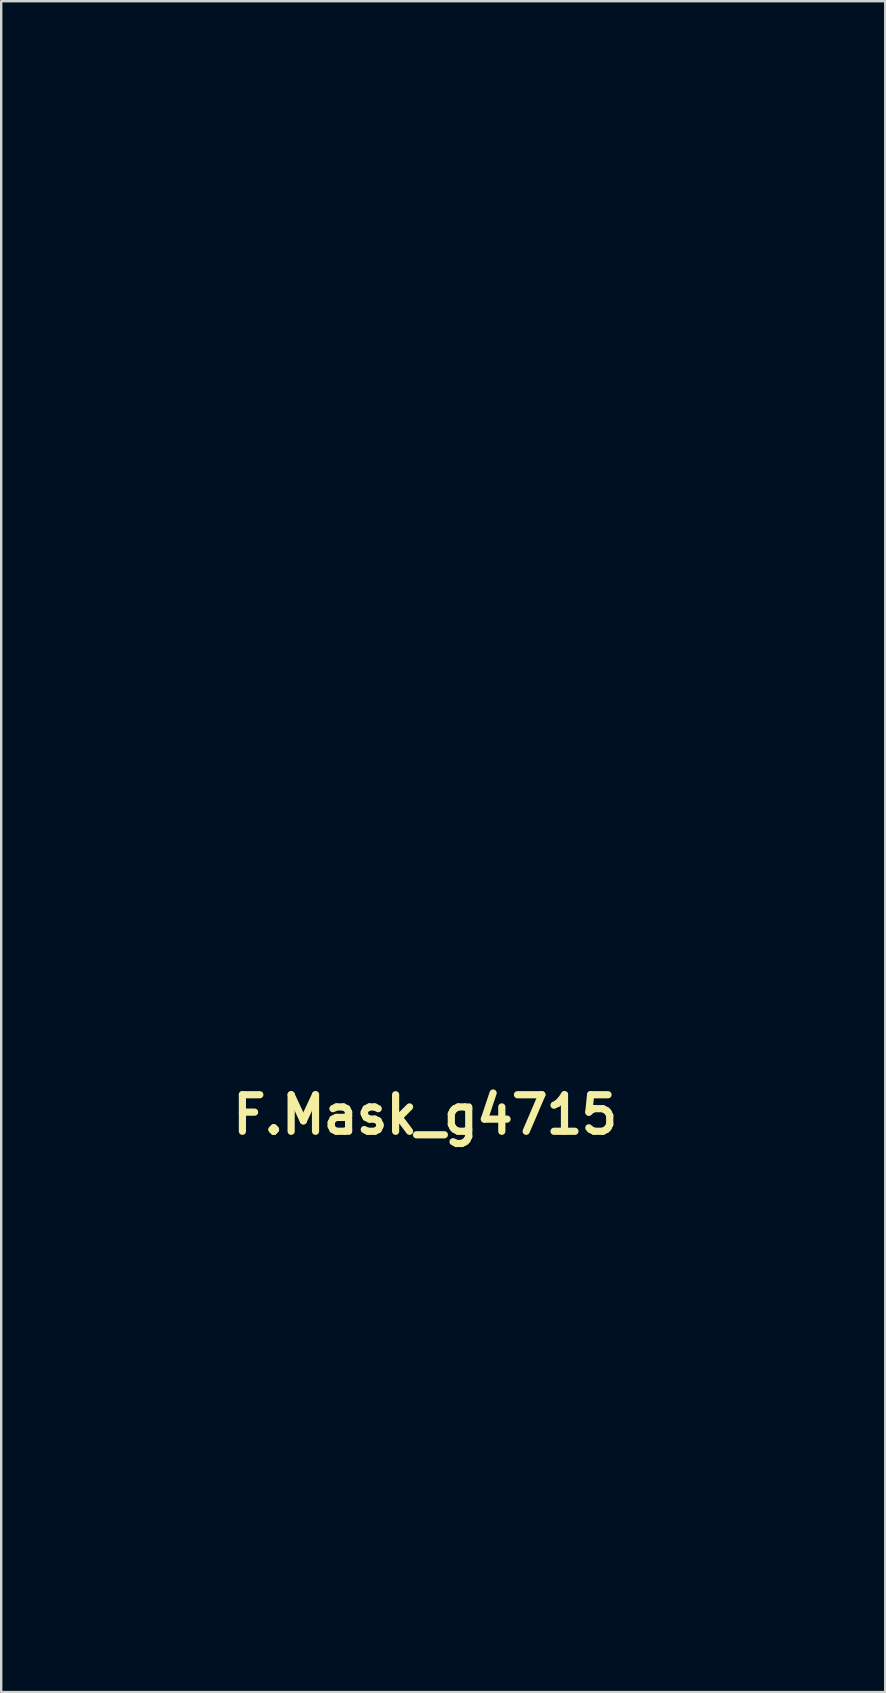
<source format=kicad_pcb>
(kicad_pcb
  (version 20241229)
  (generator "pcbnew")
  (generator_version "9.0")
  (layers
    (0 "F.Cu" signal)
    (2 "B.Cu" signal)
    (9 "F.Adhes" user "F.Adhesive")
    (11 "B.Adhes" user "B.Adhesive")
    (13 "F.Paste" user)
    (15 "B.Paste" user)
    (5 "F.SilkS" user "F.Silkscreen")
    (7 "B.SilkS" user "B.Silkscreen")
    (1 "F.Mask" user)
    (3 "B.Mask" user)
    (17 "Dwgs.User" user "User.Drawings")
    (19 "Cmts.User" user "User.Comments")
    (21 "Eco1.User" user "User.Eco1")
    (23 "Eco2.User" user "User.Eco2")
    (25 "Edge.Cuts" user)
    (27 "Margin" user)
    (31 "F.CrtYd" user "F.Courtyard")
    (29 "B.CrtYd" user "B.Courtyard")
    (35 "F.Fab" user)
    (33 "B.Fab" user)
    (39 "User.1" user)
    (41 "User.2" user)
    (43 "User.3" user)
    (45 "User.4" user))
  (footprint "F.Mask_g4715"
    (layer "F.Cu")
    (at 14.674 43.417)
    (property "Reference" "F.Mask_g4715" (at 0 0 0) (layer "F.SilkS") (effects (font (size 1.524 1.524) (thickness 0.3))))
    (attr through_hole)
    (fp_poly (pts (xy -1.333 -4.994) (xy -1.258 -4.967) (xy -1.206 -4.947) (xy -1.117 -4.909) (xy -1.032 -4.868) (xy -0.96 -4.828) (xy -0.911 -4.795) (xy -0.898 -4.781) (xy -0.9 -4.752) (xy -0.917 -4.7) (xy -0.935 -4.661) (xy -0.968 -4.601) (xy -0.998 -4.57) (xy -1.038 -4.558) (xy -1.058 -4.556) (xy -1.119 -4.562) (xy -1.204 -4.584) (xy -1.296 -4.616) (xy -1.46 -4.681) (xy -1.46 -4.782) (xy -1.455 -4.86) (xy -1.443 -4.932) (xy -1.437 -4.951) (xy -1.424 -4.984) (xy -1.407 -5.003) (xy -1.38 -5.006) (xy -1.333 -4.994)) (stroke (width 0.01) (type solid)) (fill yes) (layer "F.Mask"))
    (fp_poly (pts (xy 2.454 -5.993) (xy 2.458 -5.944) (xy 2.456 -5.877) (xy 2.447 -5.803) (xy 2.434 -5.733) (xy 2.417 -5.68) (xy 2.414 -5.674) (xy 2.348 -5.58) (xy 2.262 -5.507) (xy 2.165 -5.46) (xy 2.066 -5.444) (xy 1.979 -5.46) (xy 1.931 -5.489) (xy 1.881 -5.535) (xy 1.837 -5.587) (xy 1.807 -5.636) (xy 1.797 -5.672) (xy 1.803 -5.682) (xy 1.826 -5.695) (xy 1.879 -5.724) (xy 1.954 -5.763) (xy 2.042 -5.809) (xy 2.137 -5.858) (xy 2.231 -5.906) (xy 2.316 -5.949) (xy 2.384 -5.984) (xy 2.429 -6.006) (xy 2.442 -6.011) (xy 2.454 -5.993)) (stroke (width 0.01) (type solid)) (fill yes) (layer "F.Mask"))
    (fp_poly (pts (xy -1.331 -5.677) (xy -1.278 -5.652) (xy -1.205 -5.607) (xy -1.117 -5.546) (xy -1.021 -5.475) (xy -0.922 -5.396) (xy -0.826 -5.314) (xy -0.739 -5.233) (xy -0.732 -5.226) (xy -0.519 -5.016) (xy -0.578 -4.963) (xy -0.626 -4.929) (xy -0.678 -4.912) (xy -0.74 -4.913) (xy -0.818 -4.933) (xy -0.919 -4.974) (xy -1.047 -5.036) (xy -1.082 -5.054) (xy -1.202 -5.118) (xy -1.289 -5.168) (xy -1.344 -5.207) (xy -1.375 -5.239) (xy -1.38 -5.249) (xy -1.388 -5.293) (xy -1.391 -5.362) (xy -1.389 -5.446) (xy -1.384 -5.531) (xy -1.376 -5.607) (xy -1.366 -5.661) (xy -1.358 -5.678) (xy -1.331 -5.677)) (stroke (width 0.01) (type solid)) (fill yes) (layer "F.Mask"))
    (fp_poly (pts (xy 7.31 -27.524) (xy 7.367 -27.48) (xy 7.394 -27.456) (xy 7.461 -27.374) (xy 7.52 -27.266) (xy 7.564 -27.145) (xy 7.591 -27.025) (xy 7.593 -26.921) (xy 7.592 -26.909) (xy 7.557 -26.818) (xy 7.489 -26.75) (xy 7.391 -26.707) (xy 7.264 -26.691) (xy 7.255 -26.691) (xy 7.185 -26.696) (xy 7.135 -26.714) (xy 7.086 -26.755) (xy 7.081 -26.76) (xy 7.033 -26.824) (xy 6.996 -26.911) (xy 6.969 -27.026) (xy 6.95 -27.176) (xy 6.948 -27.193) (xy 6.946 -27.29) (xy 6.964 -27.361) (xy 7.008 -27.418) (xy 7.084 -27.47) (xy 7.129 -27.493) (xy 7.205 -27.528) (xy 7.261 -27.539) (xy 7.31 -27.524)) (stroke (width 0.01) (type solid)) (fill yes) (layer "F.Mask"))
    (fp_poly (pts (xy 1.353 -8.722) (xy 1.371 -8.68) (xy 1.377 -8.66) (xy 1.391 -8.586) (xy 1.39 -8.512) (xy 1.389 -8.503) (xy 1.375 -8.43) (xy 1.211 -8.415) (xy 1.134 -8.406) (xy 1.026 -8.39) (xy 0.9 -8.369) (xy 0.766 -8.345) (xy 0.688 -8.33) (xy 0.481 -8.292) (xy 0.307 -8.264) (xy 0.168 -8.249) (xy 0.066 -8.244) (xy 0.011 -8.25) (xy -0.032 -8.269) (xy -0.047 -8.284) (xy -0.06 -8.33) (xy -0.062 -8.403) (xy -0.054 -8.489) (xy -0.04 -8.563) (xy -0.016 -8.657) (xy 0.325 -8.657) (xy 0.505 -8.661) (xy 0.7 -8.67) (xy 0.898 -8.685) (xy 1.085 -8.704) (xy 1.247 -8.725) (xy 1.285 -8.732) (xy 1.329 -8.736) (xy 1.353 -8.722)) (stroke (width 0.01) (type solid)) (fill yes) (layer "F.Mask"))
    (fp_poly (pts (xy -5.16 17.726) (xy -5.119 17.739) (xy -5.09 17.759) (xy -5.067 17.787) (xy -5.049 17.827) (xy -5.036 17.885) (xy -5.027 17.964) (xy -5.021 18.07) (xy -5.018 18.208) (xy -5.017 18.382) (xy -5.016 18.444) (xy -5.017 18.611) (xy -5.018 18.74) (xy -5.02 18.836) (xy -5.023 18.905) (xy -5.028 18.95) (xy -5.035 18.978) (xy -5.044 18.991) (xy -5.05 18.995) (xy -5.083 19.006) (xy -5.091 19.008) (xy -5.105 18.991) (xy -5.134 18.947) (xy -5.172 18.886) (xy -5.174 18.882) (xy -5.293 18.657) (xy -5.389 18.417) (xy -5.458 18.172) (xy -5.495 17.937) (xy -5.496 17.925) (xy -5.509 17.762) (xy -5.427 17.74) (xy -5.335 17.722) (xy -5.241 17.718) (xy -5.16 17.726)) (stroke (width 0.01) (type solid)) (fill yes) (layer "F.Mask"))
    (fp_poly (pts (xy 0.58 -2.119) (xy 0.59 -2.056) (xy 0.602 -1.963) (xy 0.617 -1.843) (xy 0.632 -1.702) (xy 0.649 -1.546) (xy 0.666 -1.379) (xy 0.683 -1.207) (xy 0.7 -1.036) (xy 0.715 -0.87) (xy 0.729 -0.714) (xy 0.74 -0.575) (xy 0.749 -0.456) (xy 0.755 -0.365) (xy 0.757 -0.305) (xy 0.755 -0.282) (xy 0.736 -0.29) (xy 0.692 -0.316) (xy 0.644 -0.347) (xy 0.549 -0.421) (xy 0.449 -0.516) (xy 0.354 -0.619) (xy 0.277 -0.718) (xy 0.249 -0.762) (xy 0.17 -0.94) (xy 0.131 -1.127) (xy 0.131 -1.322) (xy 0.169 -1.521) (xy 0.245 -1.72) (xy 0.359 -1.916) (xy 0.478 -2.07) (xy 0.522 -2.117) (xy 0.558 -2.143) (xy 0.573 -2.145) (xy 0.58 -2.119)) (stroke (width 0.01) (type solid)) (fill yes) (layer "F.Mask"))
    (fp_poly (pts (xy 2.407 -6.713) (xy 2.438 -6.669) (xy 2.456 -6.634) (xy 2.49 -6.525) (xy 2.493 -6.41) (xy 2.467 -6.304) (xy 2.437 -6.249) (xy 2.382 -6.19) (xy 2.296 -6.122) (xy 2.187 -6.051) (xy 2.064 -5.981) (xy 1.935 -5.919) (xy 1.933 -5.918) (xy 1.822 -5.87) (xy 1.742 -5.841) (xy 1.685 -5.829) (xy 1.642 -5.833) (xy 1.606 -5.853) (xy 1.569 -5.888) (xy 1.53 -5.934) (xy 1.506 -5.97) (xy 1.503 -5.98) (xy 1.521 -6.01) (xy 1.574 -6.056) (xy 1.657 -6.114) (xy 1.767 -6.182) (xy 1.799 -6.201) (xy 1.952 -6.298) (xy 2.077 -6.396) (xy 2.185 -6.506) (xy 2.254 -6.59) (xy 2.306 -6.654) (xy 2.35 -6.703) (xy 2.38 -6.728) (xy 2.385 -6.73) (xy 2.407 -6.713)) (stroke (width 0.01) (type solid)) (fill yes) (layer "F.Mask"))
    (fp_poly (pts (xy -5.391 -26.807) (xy -5.39 -26.807) (xy -5.311 -26.78) (xy -5.226 -26.734) (xy -5.143 -26.677) (xy -5.071 -26.615) (xy -5.019 -26.554) (xy -4.996 -26.503) (xy -4.995 -26.496) (xy -4.998 -26.452) (xy -5.006 -26.381) (xy -5.018 -26.296) (xy -5.02 -26.283) (xy -5.032 -26.187) (xy -5.034 -26.119) (xy -5.026 -26.066) (xy -5.019 -26.043) (xy -5.006 -26.002) (xy -5.006 -25.97) (xy -5.026 -25.935) (xy -5.068 -25.885) (xy -5.082 -25.87) (xy -5.186 -25.771) (xy -5.281 -25.713) (xy -5.37 -25.695) (xy -5.452 -25.719) (xy -5.514 -25.767) (xy -5.585 -25.867) (xy -5.633 -26.001) (xy -5.658 -26.169) (xy -5.661 -26.278) (xy -5.651 -26.431) (xy -5.62 -26.559) (xy -5.563 -26.675) (xy -5.511 -26.749) (xy -5.472 -26.795) (xy -5.437 -26.811) (xy -5.391 -26.807)) (stroke (width 0.01) (type solid)) (fill yes) (layer "F.Mask"))
    (fp_poly (pts (xy -0.846 -4.335) (xy -0.779 -4.309) (xy -0.684 -4.267) (xy -0.558 -4.208) (xy -0.465 -4.162) (xy -0.238 -4.048) (xy -0.047 -3.945) (xy 0.112 -3.85) (xy 0.243 -3.761) (xy 0.348 -3.678) (xy 0.432 -3.605) (xy 0.253 -3.546) (xy 0.15 -3.51) (xy 0.042 -3.469) (xy -0.05 -3.431) (xy -0.061 -3.426) (xy -0.13 -3.396) (xy -0.183 -3.375) (xy -0.209 -3.366) (xy -0.209 -3.366) (xy -0.225 -3.383) (xy -0.264 -3.427) (xy -0.323 -3.497) (xy -0.396 -3.587) (xy -0.482 -3.693) (xy -0.577 -3.81) (xy -0.58 -3.813) (xy -0.674 -3.932) (xy -0.76 -4.042) (xy -0.832 -4.137) (xy -0.889 -4.214) (xy -0.926 -4.266) (xy -0.939 -4.291) (xy -0.939 -4.291) (xy -0.926 -4.329) (xy -0.91 -4.344) (xy -0.888 -4.346) (xy -0.846 -4.335)) (stroke (width 0.01) (type solid)) (fill yes) (layer "F.Mask"))
    (fp_poly (pts (xy 1.391 -11.398) (xy 1.545 -11.384) (xy 1.575 -11.28) (xy 1.591 -11.203) (xy 1.596 -11.129) (xy 1.594 -11.104) (xy 1.584 -11.059) (xy 1.563 -11.034) (xy 1.519 -11.017) (xy 1.476 -11.007) (xy 1.264 -10.968) (xy 1.037 -10.937) (xy 0.785 -10.913) (xy 0.603 -10.902) (xy 0.441 -10.893) (xy 0.316 -10.887) (xy 0.222 -10.883) (xy 0.154 -10.882) (xy 0.107 -10.884) (xy 0.076 -10.889) (xy 0.055 -10.897) (xy 0.04 -10.907) (xy -0.005 -10.963) (xy -0.034 -11.04) (xy -0.045 -11.123) (xy -0.033 -11.196) (xy -0.024 -11.214) (xy 0.004 -11.231) (xy 0.063 -11.248) (xy 0.138 -11.262) (xy 0.14 -11.262) (xy 0.223 -11.275) (xy 0.332 -11.292) (xy 0.45 -11.311) (xy 0.529 -11.324) (xy 0.755 -11.358) (xy 0.962 -11.383) (xy 1.146 -11.398) (xy 1.299 -11.402) (xy 1.391 -11.398)) (stroke (width 0.01) (type solid)) (fill yes) (layer "F.Mask"))
    (fp_poly (pts (xy 1.605 -10.22) (xy 1.614 -10.215) (xy 1.619 -10.186) (xy 1.624 -10.124) (xy 1.628 -10.035) (xy 1.629 -9.93) (xy 1.63 -9.892) (xy 1.63 -9.772) (xy 1.629 -9.687) (xy 1.622 -9.631) (xy 1.604 -9.596) (xy 1.573 -9.576) (xy 1.524 -9.563) (xy 1.452 -9.551) (xy 1.429 -9.547) (xy 1.103 -9.498) (xy 0.781 -9.465) (xy 0.452 -9.447) (xy 0.067 -9.434) (xy 0.052 -9.557) (xy 0.048 -9.616) (xy 0.046 -9.698) (xy 0.046 -9.794) (xy 0.047 -9.894) (xy 0.051 -9.989) (xy 0.055 -10.07) (xy 0.061 -10.127) (xy 0.067 -10.149) (xy 0.09 -10.15) (xy 0.145 -10.146) (xy 0.22 -10.138) (xy 0.244 -10.135) (xy 0.392 -10.125) (xy 0.573 -10.126) (xy 0.789 -10.139) (xy 1.042 -10.165) (xy 1.241 -10.19) (xy 1.387 -10.208) (xy 1.494 -10.219) (xy 1.566 -10.223) (xy 1.605 -10.22)) (stroke (width 0.01) (type solid)) (fill yes) (layer "F.Mask"))
    (fp_poly (pts (xy 1.27 -13.691) (xy 1.391 -13.686) (xy 1.401 -13.685) (xy 1.648 -13.67) (xy 1.695 -13.554) (xy 1.722 -13.475) (xy 1.74 -13.398) (xy 1.744 -13.361) (xy 1.746 -13.284) (xy 1.577 -13.227) (xy 1.477 -13.196) (xy 1.374 -13.171) (xy 1.26 -13.15) (xy 1.128 -13.133) (xy 0.969 -13.117) (xy 0.776 -13.103) (xy 0.762 -13.102) (xy 0.537 -13.085) (xy 0.348 -13.066) (xy 0.192 -13.045) (xy 0.062 -13.021) (xy 0.007 -13.008) (xy -0.102 -12.98) (xy -0.115 -13.05) (xy -0.119 -13.117) (xy -0.113 -13.205) (xy -0.098 -13.304) (xy -0.077 -13.401) (xy -0.053 -13.485) (xy -0.027 -13.546) (xy -0.011 -13.567) (xy 0.027 -13.584) (xy 0.1 -13.602) (xy 0.201 -13.621) (xy 0.321 -13.64) (xy 0.455 -13.657) (xy 0.593 -13.672) (xy 0.729 -13.683) (xy 0.836 -13.688) (xy 0.975 -13.692) (xy 1.126 -13.693) (xy 1.27 -13.691)) (stroke (width 0.01) (type solid)) (fill yes) (layer "F.Mask"))
    (fp_poly (pts (xy 0.083 -0.697) (xy 0.123 -0.652) (xy 0.177 -0.587) (xy 0.24 -0.509) (xy 0.24 -0.508) (xy 0.398 -0.307) (xy 0.359 -0.204) (xy 0.292 -0.057) (xy 0.204 0.077) (xy 0.09 0.208) (xy -0.011 0.304) (xy -0.077 0.365) (xy -0.167 0.451) (xy -0.274 0.555) (xy -0.392 0.671) (xy -0.516 0.793) (xy -0.637 0.915) (xy -0.748 1.027) (xy -0.85 1.128) (xy -0.938 1.215) (xy -1.009 1.284) (xy -1.059 1.332) (xy -1.084 1.354) (xy -1.087 1.355) (xy -1.091 1.335) (xy -1.095 1.279) (xy -1.098 1.195) (xy -1.1 1.089) (xy -1.101 0.996) (xy -1.101 0.637) (xy -1 0.568) (xy -0.87 0.469) (xy -0.739 0.348) (xy -0.604 0.201) (xy -0.462 0.024) (xy -0.311 -0.185) (xy -0.16 -0.409) (xy -0.093 -0.51) (xy -0.033 -0.596) (xy 0.016 -0.663) (xy 0.05 -0.705) (xy 0.063 -0.716) (xy 0.083 -0.697)) (stroke (width 0.01) (type solid)) (fill yes) (layer "F.Mask"))
    (fp_poly (pts (xy 1.483 -11.853) (xy 1.516 -11.747) (xy 1.521 -11.666) (xy 1.497 -11.611) (xy 1.478 -11.597) (xy 1.439 -11.586) (xy 1.369 -11.574) (xy 1.277 -11.563) (xy 1.187 -11.555) (xy 1.073 -11.544) (xy 0.933 -11.529) (xy 0.784 -11.51) (xy 0.641 -11.489) (xy 0.614 -11.485) (xy 0.434 -11.458) (xy 0.291 -11.438) (xy 0.179 -11.426) (xy 0.095 -11.42) (xy 0.032 -11.422) (xy -0.014 -11.429) (xy -0.029 -11.434) (xy -0.089 -11.456) (xy -0.081 -11.664) (xy -0.077 -11.754) (xy -0.071 -11.826) (xy -0.066 -11.871) (xy -0.063 -11.882) (xy -0.04 -11.885) (xy 0.02 -11.889) (xy 0.111 -11.894) (xy 0.229 -11.9) (xy 0.368 -11.907) (xy 0.523 -11.913) (xy 0.572 -11.915) (xy 0.737 -11.921) (xy 0.894 -11.927) (xy 1.038 -11.933) (xy 1.16 -11.937) (xy 1.254 -11.941) (xy 1.314 -11.943) (xy 1.32 -11.944) (xy 1.444 -11.949) (xy 1.483 -11.853)) (stroke (width 0.01) (type solid)) (fill yes) (layer "F.Mask"))
    (fp_poly (pts (xy 1.844 -2.421) (xy 2.031 -2.378) (xy 2.183 -2.342) (xy 2.305 -2.312) (xy 2.402 -2.286) (xy 2.48 -2.263) (xy 2.544 -2.241) (xy 2.601 -2.218) (xy 2.655 -2.193) (xy 2.679 -2.182) (xy 2.815 -2.104) (xy 2.93 -2.011) (xy 2.972 -1.968) (xy 3.026 -1.908) (xy 3.064 -1.858) (xy 3.079 -1.828) (xy 3.077 -1.823) (xy 3.049 -1.811) (xy 2.991 -1.793) (xy 2.914 -1.774) (xy 2.9 -1.77) (xy 2.677 -1.699) (xy 2.452 -1.588) (xy 2.228 -1.438) (xy 2.008 -1.253) (xy 1.888 -1.135) (xy 1.82 -1.064) (xy 1.763 -1.006) (xy 1.723 -0.967) (xy 1.706 -0.953) (xy 1.706 -0.953) (xy 1.701 -0.972) (xy 1.692 -1.025) (xy 1.682 -1.102) (xy 1.673 -1.169) (xy 1.665 -1.253) (xy 1.657 -1.37) (xy 1.65 -1.511) (xy 1.643 -1.667) (xy 1.638 -1.83) (xy 1.636 -1.929) (xy 1.624 -2.472) (xy 1.844 -2.421)) (stroke (width 0.01) (type solid)) (fill yes) (layer "F.Mask"))
    (fp_poly (pts (xy 1.387 -8.16) (xy 1.422 -8.093) (xy 1.46 -8.01) (xy 1.495 -7.923) (xy 1.524 -7.843) (xy 1.542 -7.783) (xy 1.545 -7.76) (xy 1.525 -7.742) (xy 1.466 -7.719) (xy 1.372 -7.694) (xy 1.247 -7.667) (xy 1.101 -7.639) (xy 1.042 -7.632) (xy 0.948 -7.625) (xy 0.826 -7.619) (xy 0.685 -7.613) (xy 0.532 -7.608) (xy 0.408 -7.605) (xy 0.238 -7.602) (xy 0.106 -7.6) (xy 0.007 -7.6) (xy -0.063 -7.602) (xy -0.111 -7.605) (xy -0.14 -7.611) (xy -0.155 -7.619) (xy -0.16 -7.627) (xy -0.159 -7.66) (xy -0.146 -7.723) (xy -0.124 -7.805) (xy -0.104 -7.87) (xy -0.035 -8.08) (xy 0.146 -8.091) (xy 0.235 -8.1) (xy 0.351 -8.116) (xy 0.482 -8.137) (xy 0.614 -8.161) (xy 0.649 -8.168) (xy 0.778 -8.193) (xy 0.91 -8.215) (xy 1.031 -8.233) (xy 1.128 -8.245) (xy 1.149 -8.247) (xy 1.328 -8.261) (xy 1.387 -8.16)) (stroke (width 0.01) (type solid)) (fill yes) (layer "F.Mask"))
    (fp_poly (pts (xy 1.509 -12.456) (xy 1.52 -12.435) (xy 1.535 -12.381) (xy 1.544 -12.308) (xy 1.545 -12.276) (xy 1.546 -12.242) (xy 1.546 -12.213) (xy 1.541 -12.188) (xy 1.53 -12.168) (xy 1.508 -12.151) (xy 1.472 -12.136) (xy 1.42 -12.124) (xy 1.347 -12.114) (xy 1.251 -12.104) (xy 1.128 -12.095) (xy 0.976 -12.086) (xy 0.791 -12.076) (xy 0.569 -12.065) (xy 0.339 -12.054) (xy 0.219 -12.05) (xy 0.135 -12.053) (xy 0.08 -12.063) (xy 0.064 -12.07) (xy 0.013 -12.115) (xy -0.032 -12.189) (xy -0.067 -12.281) (xy -0.072 -12.301) (xy -0.076 -12.331) (xy -0.067 -12.351) (xy -0.035 -12.364) (xy 0.029 -12.377) (xy 0.048 -12.38) (xy 0.202 -12.404) (xy 0.376 -12.424) (xy 0.577 -12.439) (xy 0.81 -12.451) (xy 0.963 -12.456) (xy 1.094 -12.461) (xy 1.214 -12.466) (xy 1.316 -12.471) (xy 1.391 -12.475) (xy 1.431 -12.479) (xy 1.48 -12.48) (xy 1.509 -12.456)) (stroke (width 0.01) (type solid)) (fill yes) (layer "F.Mask"))
    (fp_poly (pts (xy 1.657 -10.857) (xy 1.69 -10.831) (xy 1.691 -10.829) (xy 1.737 -10.764) (xy 1.775 -10.681) (xy 1.797 -10.601) (xy 1.799 -10.575) (xy 1.783 -10.522) (xy 1.734 -10.476) (xy 1.649 -10.436) (xy 1.524 -10.399) (xy 1.507 -10.396) (xy 1.132 -10.326) (xy 0.762 -10.292) (xy 0.569 -10.289) (xy 0.459 -10.29) (xy 0.363 -10.292) (xy 0.291 -10.294) (xy 0.249 -10.297) (xy 0.243 -10.298) (xy 0.21 -10.306) (xy 0.155 -10.316) (xy 0.144 -10.318) (xy 0.07 -10.338) (xy 0.026 -10.375) (xy 0.005 -10.436) (xy 0.000289 -10.516) (xy 0.002 -10.613) (xy 0.01 -10.676) (xy 0.031 -10.711) (xy 0.071 -10.727) (xy 0.135 -10.731) (xy 0.17 -10.732) (xy 0.31 -10.735) (xy 0.48 -10.743) (xy 0.67 -10.756) (xy 0.869 -10.772) (xy 1.067 -10.792) (xy 1.254 -10.813) (xy 1.419 -10.834) (xy 1.553 -10.856) (xy 1.556 -10.856) (xy 1.618 -10.865) (xy 1.657 -10.857)) (stroke (width 0.01) (type solid)) (fill yes) (layer "F.Mask"))
    (fp_poly (pts (xy 3.354 2.079) (xy 3.356 2.1) (xy 3.358 2.158) (xy 3.36 2.248) (xy 3.362 2.365) (xy 3.364 2.502) (xy 3.367 2.654) (xy 3.369 2.817) (xy 3.372 2.985) (xy 3.374 3.153) (xy 3.376 3.315) (xy 3.378 3.466) (xy 3.379 3.601) (xy 3.38 3.715) (xy 3.381 3.801) (xy 3.381 3.856) (xy 3.38 3.873) (xy 3.36 3.865) (xy 3.31 3.845) (xy 3.239 3.816) (xy 3.202 3.801) (xy 3.076 3.742) (xy 2.946 3.668) (xy 2.819 3.585) (xy 2.7 3.497) (xy 2.596 3.409) (xy 2.513 3.326) (xy 2.457 3.253) (xy 2.438 3.21) (xy 2.431 3.107) (xy 2.457 2.979) (xy 2.516 2.829) (xy 2.529 2.803) (xy 2.63 2.632) (xy 2.76 2.481) (xy 2.901 2.359) (xy 2.961 2.315) (xy 3.036 2.265) (xy 3.117 2.212) (xy 3.198 2.162) (xy 3.269 2.12) (xy 3.323 2.09) (xy 3.352 2.078) (xy 3.354 2.079)) (stroke (width 0.01) (type solid)) (fill yes) (layer "F.Mask"))
    (fp_poly (pts (xy -1.126 4.829) (xy -0.89 5.025) (xy -0.644 5.191) (xy -0.395 5.324) (xy -0.148 5.419) (xy -0.118 5.428) (xy 0.029 5.464) (xy 0.192 5.491) (xy 0.357 5.509) (xy 0.508 5.515) (xy 0.603 5.512) (xy 0.672 5.506) (xy 0.705 5.507) (xy 0.708 5.516) (xy 0.689 5.533) (xy 0.636 5.569) (xy 0.552 5.615) (xy 0.445 5.67) (xy 0.323 5.728) (xy 0.194 5.786) (xy 0.067 5.839) (xy 0.042 5.849) (xy -0.29 5.969) (xy -0.626 6.069) (xy -0.959 6.147) (xy -1.283 6.203) (xy -1.592 6.234) (xy -1.88 6.241) (xy -2.08 6.229) (xy -2.131 6.219) (xy -2.158 6.207) (xy -2.159 6.204) (xy -2.147 6.174) (xy -2.114 6.118) (xy -2.066 6.046) (xy -2.009 5.964) (xy -1.947 5.881) (xy -1.888 5.806) (xy -1.884 5.802) (xy -1.761 5.64) (xy -1.633 5.443) (xy -1.499 5.21) (xy -1.395 5.011) (xy -1.246 4.718) (xy -1.126 4.829)) (stroke (width 0.01) (type solid)) (fill yes) (layer "F.Mask"))
    (fp_poly (pts (xy 3.219 -15.668) (xy 3.232 -15.642) (xy 3.256 -15.587) (xy 3.284 -15.513) (xy 3.291 -15.494) (xy 3.361 -15.318) (xy 3.432 -15.171) (xy 3.512 -15.043) (xy 3.607 -14.92) (xy 3.726 -14.79) (xy 3.74 -14.776) (xy 3.817 -14.698) (xy 3.88 -14.631) (xy 3.927 -14.582) (xy 3.951 -14.554) (xy 3.953 -14.55) (xy 3.931 -14.548) (xy 3.874 -14.543) (xy 3.787 -14.538) (xy 3.677 -14.531) (xy 3.552 -14.524) (xy 3.535 -14.523) (xy 3.32 -14.508) (xy 3.144 -14.491) (xy 3.001 -14.469) (xy 2.888 -14.443) (xy 2.828 -14.423) (xy 2.803 -14.417) (xy 2.795 -14.433) (xy 2.801 -14.479) (xy 2.803 -14.49) (xy 2.81 -14.525) (xy 2.825 -14.576) (xy 2.846 -14.647) (xy 2.877 -14.739) (xy 2.917 -14.858) (xy 2.968 -15.006) (xy 3.03 -15.187) (xy 3.106 -15.404) (xy 3.118 -15.436) (xy 3.152 -15.528) (xy 3.182 -15.603) (xy 3.205 -15.652) (xy 3.218 -15.669) (xy 3.219 -15.668)) (stroke (width 0.01) (type solid)) (fill yes) (layer "F.Mask"))
    (fp_poly (pts (xy 1.419 -9.358) (xy 1.426 -9.357) (xy 1.432 -9.33) (xy 1.435 -9.272) (xy 1.436 -9.195) (xy 1.435 -9.11) (xy 1.431 -9.03) (xy 1.425 -8.965) (xy 1.418 -8.927) (xy 1.416 -8.923) (xy 1.381 -8.908) (xy 1.312 -8.891) (xy 1.213 -8.874) (xy 1.092 -8.858) (xy 0.956 -8.842) (xy 0.812 -8.829) (xy 0.666 -8.819) (xy 0.525 -8.812) (xy 0.493 -8.811) (xy 0.35 -8.807) (xy 0.245 -8.806) (xy 0.171 -8.807) (xy 0.122 -8.81) (xy 0.092 -8.816) (xy 0.077 -8.826) (xy 0.072 -8.834) (xy 0.067 -8.872) (xy 0.065 -8.936) (xy 0.066 -9.016) (xy 0.07 -9.098) (xy 0.076 -9.171) (xy 0.083 -9.223) (xy 0.09 -9.241) (xy 0.115 -9.248) (xy 0.176 -9.257) (xy 0.267 -9.268) (xy 0.381 -9.28) (xy 0.512 -9.293) (xy 0.654 -9.307) (xy 0.8 -9.319) (xy 0.944 -9.331) (xy 1.08 -9.342) (xy 1.202 -9.35) (xy 1.303 -9.356) (xy 1.378 -9.359) (xy 1.419 -9.358)) (stroke (width 0.01) (type solid)) (fill yes) (layer "F.Mask"))
    (fp_poly (pts (xy -1.227 -4.263) (xy -1.199 -4.243) (xy -1.163 -4.207) (xy -1.116 -4.153) (xy -1.054 -4.076) (xy -0.973 -3.973) (xy -0.869 -3.841) (xy -0.866 -3.836) (xy -0.778 -3.725) (xy -0.69 -3.617) (xy -0.608 -3.519) (xy -0.541 -3.439) (xy -0.497 -3.39) (xy -0.383 -3.267) (xy -0.578 -3.097) (xy -0.717 -2.976) (xy -0.828 -2.879) (xy -0.914 -2.806) (xy -0.978 -2.752) (xy -1.023 -2.716) (xy -1.053 -2.695) (xy -1.071 -2.686) (xy -1.081 -2.688) (xy -1.085 -2.696) (xy -1.088 -2.71) (xy -1.089 -2.713) (xy -1.098 -2.753) (xy -1.113 -2.823) (xy -1.133 -2.915) (xy -1.155 -3.014) (xy -1.235 -3.325) (xy -1.333 -3.611) (xy -1.448 -3.865) (xy -1.575 -4.082) (xy -1.614 -4.143) (xy -1.642 -4.191) (xy -1.651 -4.214) (xy -1.632 -4.226) (xy -1.585 -4.233) (xy -1.56 -4.233) (xy -1.485 -4.237) (xy -1.395 -4.248) (xy -1.345 -4.256) (xy -1.307 -4.264) (xy -1.277 -4.27) (xy -1.252 -4.271) (xy -1.227 -4.263)) (stroke (width 0.01) (type solid)) (fill yes) (layer "F.Mask"))
    (fp_poly (pts (xy 1.664 -13.054) (xy 1.68 -13.018) (xy 1.691 -12.953) (xy 1.697 -12.875) (xy 1.695 -12.797) (xy 1.694 -12.785) (xy 1.683 -12.69) (xy 1.545 -12.664) (xy 1.478 -12.654) (xy 1.379 -12.644) (xy 1.258 -12.633) (xy 1.125 -12.623) (xy 1.016 -12.616) (xy 0.795 -12.602) (xy 0.596 -12.59) (xy 0.421 -12.577) (xy 0.274 -12.566) (xy 0.159 -12.556) (xy 0.079 -12.547) (xy 0.037 -12.54) (xy 0.034 -12.539) (xy 0.001 -12.546) (xy -0.02 -12.57) (xy -0.038 -12.634) (xy -0.04 -12.709) (xy -0.025 -12.774) (xy -0.016 -12.792) (xy 0.017 -12.817) (xy 0.077 -12.849) (xy 0.152 -12.88) (xy 0.155 -12.881) (xy 0.227 -12.904) (xy 0.294 -12.92) (xy 0.368 -12.928) (xy 0.464 -12.932) (xy 0.546 -12.932) (xy 0.676 -12.935) (xy 0.819 -12.946) (xy 0.982 -12.965) (xy 1.176 -12.993) (xy 1.222 -13) (xy 1.351 -13.02) (xy 1.467 -13.036) (xy 1.561 -13.048) (xy 1.628 -13.054) (xy 1.661 -13.055) (xy 1.664 -13.054)) (stroke (width 0.01) (type solid)) (fill yes) (layer "F.Mask"))
    (fp_poly (pts (xy 1.409 -14.862) (xy 1.448 -14.836) (xy 1.501 -14.782) (xy 1.55 -14.712) (xy 1.586 -14.641) (xy 1.602 -14.58) (xy 1.601 -14.557) (xy 1.573 -14.514) (xy 1.514 -14.466) (xy 1.434 -14.418) (xy 1.343 -14.377) (xy 1.252 -14.348) (xy 1.241 -14.346) (xy 1.177 -14.335) (xy 1.121 -14.332) (xy 1.059 -14.339) (xy 0.977 -14.358) (xy 0.936 -14.368) (xy 0.741 -14.405) (xy 0.555 -14.411) (xy 0.362 -14.386) (xy 0.3 -14.372) (xy 0.209 -14.352) (xy 0.125 -14.337) (xy 0.063 -14.33) (xy 0.053 -14.33) (xy 0.008 -14.333) (xy -0.016 -14.35) (xy -0.028 -14.393) (xy -0.032 -14.42) (xy -0.035 -14.477) (xy -0.032 -14.553) (xy -0.024 -14.635) (xy -0.013 -14.711) (xy -0.001 -14.768) (xy 0.009 -14.791) (xy 0.034 -14.793) (xy 0.091 -14.791) (xy 0.173 -14.786) (xy 0.26 -14.777) (xy 0.491 -14.76) (xy 0.709 -14.754) (xy 0.906 -14.76) (xy 1.079 -14.778) (xy 1.221 -14.806) (xy 1.328 -14.846) (xy 1.33 -14.846) (xy 1.376 -14.866) (xy 1.409 -14.862)) (stroke (width 0.01) (type solid)) (fill yes) (layer "F.Mask"))
    (fp_poly (pts (xy 2.471 -1.378) (xy 2.487 -1.325) (xy 2.506 -1.25) (xy 2.524 -1.16) (xy 2.54 -1.065) (xy 2.552 -0.974) (xy 2.564 -0.886) (xy 2.585 -0.766) (xy 2.613 -0.624) (xy 2.646 -0.468) (xy 2.682 -0.308) (xy 2.719 -0.153) (xy 2.755 -0.012) (xy 2.788 0.105) (xy 2.798 0.138) (xy 2.836 0.27) (xy 2.858 0.377) (xy 2.861 0.467) (xy 2.842 0.55) (xy 2.801 0.635) (xy 2.735 0.733) (xy 2.652 0.842) (xy 2.518 0.995) (xy 2.388 1.109) (xy 2.257 1.187) (xy 2.12 1.233) (xy 1.972 1.248) (xy 1.966 1.248) (xy 1.827 1.249) (xy 1.812 0.884) (xy 1.805 0.733) (xy 1.795 0.557) (xy 1.783 0.373) (xy 1.77 0.2) (xy 1.763 0.116) (xy 1.752 -0.027) (xy 1.742 -0.172) (xy 1.734 -0.308) (xy 1.729 -0.422) (xy 1.727 -0.489) (xy 1.725 -0.692) (xy 1.846 -0.849) (xy 1.955 -0.982) (xy 2.074 -1.109) (xy 2.195 -1.221) (xy 2.306 -1.309) (xy 2.339 -1.331) (xy 2.398 -1.367) (xy 2.441 -1.391) (xy 2.458 -1.397) (xy 2.471 -1.378)) (stroke (width 0.01) (type solid)) (fill yes) (layer "F.Mask"))
    (fp_poly (pts (xy 2.962 0.728) (xy 2.989 0.752) (xy 3.022 0.804) (xy 3.065 0.884) (xy 3.122 0.998) (xy 3.168 1.09) (xy 3.225 1.202) (xy 3.28 1.305) (xy 3.327 1.391) (xy 3.363 1.452) (xy 3.378 1.475) (xy 3.421 1.563) (xy 3.423 1.661) (xy 3.389 1.767) (xy 3.357 1.826) (xy 3.314 1.88) (xy 3.255 1.934) (xy 3.173 1.994) (xy 3.061 2.066) (xy 3.03 2.085) (xy 2.817 2.233) (xy 2.636 2.394) (xy 2.49 2.567) (xy 2.382 2.746) (xy 2.361 2.794) (xy 2.329 2.865) (xy 2.307 2.902) (xy 2.289 2.911) (xy 2.271 2.896) (xy 2.271 2.895) (xy 2.221 2.817) (xy 2.167 2.704) (xy 2.111 2.565) (xy 2.056 2.406) (xy 2.004 2.236) (xy 1.957 2.062) (xy 1.917 1.892) (xy 1.887 1.733) (xy 1.868 1.593) (xy 1.863 1.497) (xy 1.863 1.424) (xy 2.016 1.411) (xy 2.185 1.379) (xy 2.349 1.309) (xy 2.509 1.2) (xy 2.668 1.052) (xy 2.826 0.862) (xy 2.841 0.843) (xy 2.881 0.788) (xy 2.912 0.749) (xy 2.938 0.728) (xy 2.962 0.728)) (stroke (width 0.01) (type solid)) (fill yes) (layer "F.Mask"))
    (fp_poly (pts (xy -3.37 9.223) (xy -3.214 9.268) (xy -3.211 9.269) (xy -3.085 9.343) (xy -2.965 9.451) (xy -2.858 9.582) (xy -2.773 9.729) (xy -2.728 9.844) (xy -2.711 9.916) (xy -2.697 10.004) (xy -2.687 10.097) (xy -2.682 10.183) (xy -2.682 10.253) (xy -2.69 10.294) (xy -2.693 10.299) (xy -2.718 10.299) (xy -2.774 10.287) (xy -2.855 10.266) (xy -2.95 10.238) (xy -2.954 10.237) (xy -3.119 10.191) (xy -3.255 10.165) (xy -3.369 10.161) (xy -3.472 10.176) (xy -3.569 10.211) (xy -3.572 10.212) (xy -3.691 10.286) (xy -3.805 10.389) (xy -3.9 10.508) (xy -3.943 10.584) (xy -3.976 10.667) (xy -4.004 10.768) (xy -4.025 10.874) (xy -4.037 10.97) (xy -4.037 11.045) (xy -4.034 11.061) (xy -4.021 11.113) (xy -4.44 11.113) (xy -4.488 10.938) (xy -4.526 10.742) (xy -4.538 10.531) (xy -4.524 10.323) (xy -4.484 10.131) (xy -4.483 10.128) (xy -4.408 9.928) (xy -4.306 9.742) (xy -4.182 9.576) (xy -4.042 9.435) (xy -3.89 9.324) (xy -3.731 9.249) (xy -3.695 9.238) (xy -3.535 9.213) (xy -3.37 9.223)) (stroke (width 0.01) (type solid)) (fill yes) (layer "F.Mask"))
    (fp_poly (pts (xy 1.81 -5.377) (xy 1.911 -5.315) (xy 2.015 -5.215) (xy 2.06 -5.158) (xy 2.117 -5.085) (xy 2.169 -5.022) (xy 2.207 -4.978) (xy 2.216 -4.969) (xy 2.234 -4.951) (xy 2.244 -4.93) (xy 2.244 -4.899) (xy 2.234 -4.847) (xy 2.214 -4.766) (xy 2.207 -4.736) (xy 2.181 -4.617) (xy 2.155 -4.465) (xy 2.13 -4.289) (xy 2.106 -4.099) (xy 2.086 -3.903) (xy 2.07 -3.712) (xy 2.06 -3.544) (xy 2.06 -3.306) (xy 2.086 -3.097) (xy 2.138 -2.913) (xy 2.219 -2.748) (xy 2.331 -2.597) (xy 2.353 -2.572) (xy 2.46 -2.455) (xy 2.399 -2.458) (xy 2.358 -2.463) (xy 2.284 -2.476) (xy 2.187 -2.495) (xy 2.075 -2.519) (xy 2.021 -2.531) (xy 1.907 -2.557) (xy 1.804 -2.58) (xy 1.721 -2.599) (xy 1.666 -2.612) (xy 1.653 -2.615) (xy 1.602 -2.627) (xy 1.616 -3.753) (xy 1.619 -3.977) (xy 1.622 -4.197) (xy 1.625 -4.407) (xy 1.629 -4.601) (xy 1.633 -4.775) (xy 1.636 -4.924) (xy 1.64 -5.042) (xy 1.643 -5.124) (xy 1.643 -5.138) (xy 1.658 -5.397) (xy 1.711 -5.397) (xy 1.81 -5.377)) (stroke (width 0.01) (type solid)) (fill yes) (layer "F.Mask"))
    (fp_poly (pts (xy 15.917 8.467) (xy 16.034 8.497) (xy 16.116 8.549) (xy 16.161 8.622) (xy 16.171 8.69) (xy 16.161 8.772) (xy 16.126 8.844) (xy 16.064 8.911) (xy 15.968 8.977) (xy 15.837 9.046) (xy 15.812 9.058) (xy 15.688 9.106) (xy 15.552 9.144) (xy 15.414 9.171) (xy 15.282 9.185) (xy 15.166 9.185) (xy 15.076 9.17) (xy 15.05 9.159) (xy 15.006 9.123) (xy 14.965 9.068) (xy 14.958 9.054) (xy 14.935 8.975) (xy 15.125 8.975) (xy 15.287 8.975) (xy 15.425 8.966) (xy 15.553 8.941) (xy 15.577 8.935) (xy 15.682 8.894) (xy 15.789 8.839) (xy 15.883 8.778) (xy 15.948 8.721) (xy 15.972 8.691) (xy 15.963 8.676) (xy 15.929 8.666) (xy 15.881 8.661) (xy 15.806 8.658) (xy 15.718 8.66) (xy 15.699 8.661) (xy 15.544 8.682) (xy 15.412 8.731) (xy 15.29 8.813) (xy 15.217 8.881) (xy 15.125 8.975) (xy 14.935 8.975) (xy 14.934 8.971) (xy 14.947 8.89) (xy 14.999 8.807) (xy 15.058 8.746) (xy 15.231 8.613) (xy 15.415 8.52) (xy 15.61 8.468) (xy 15.814 8.457) (xy 15.917 8.467)) (stroke (width 0.01) (type solid)) (fill yes) (layer "F.Mask"))
    (fp_poly (pts (xy 0.536 -6.033) (xy 0.539 -5.975) (xy 0.542 -5.885) (xy 0.544 -5.767) (xy 0.546 -5.626) (xy 0.547 -5.466) (xy 0.547 -5.294) (xy 0.547 -5.113) (xy 0.547 -4.929) (xy 0.546 -4.746) (xy 0.544 -4.57) (xy 0.542 -4.404) (xy 0.539 -4.254) (xy 0.536 -4.125) (xy 0.533 -4.022) (xy 0.532 -4.008) (xy 0.519 -3.729) (xy 0.402 -3.823) (xy 0.289 -3.908) (xy 0.151 -3.998) (xy -0.016 -4.095) (xy -0.217 -4.203) (xy -0.374 -4.284) (xy -0.484 -4.341) (xy -0.584 -4.393) (xy -0.666 -4.438) (xy -0.723 -4.471) (xy -0.743 -4.485) (xy -0.775 -4.515) (xy -0.778 -4.541) (xy -0.755 -4.579) (xy -0.726 -4.614) (xy -0.672 -4.668) (xy -0.6 -4.736) (xy -0.517 -4.81) (xy -0.5 -4.826) (xy -0.386 -4.928) (xy -0.299 -5.014) (xy -0.234 -5.09) (xy -0.184 -5.165) (xy -0.142 -5.246) (xy -0.129 -5.277) (xy -0.09 -5.357) (xy -0.04 -5.442) (xy -0.017 -5.478) (xy 0.018 -5.523) (xy 0.072 -5.587) (xy 0.141 -5.663) (xy 0.217 -5.746) (xy 0.297 -5.829) (xy 0.373 -5.908) (xy 0.44 -5.974) (xy 0.493 -6.024) (xy 0.526 -6.051) (xy 0.533 -6.054) (xy 0.536 -6.033)) (stroke (width 0.01) (type solid)) (fill yes) (layer "F.Mask"))
    (fp_poly (pts (xy -0.63 19.484) (xy -0.527 19.49) (xy -0.43 19.497) (xy -0.354 19.504) (xy -0.325 19.507) (xy -0.238 19.517) (xy -0.228 19.755) (xy -0.202 19.984) (xy -0.145 20.203) (xy -0.055 20.416) (xy 0.072 20.628) (xy 0.238 20.845) (xy 0.256 20.867) (xy 0.316 20.938) (xy 0.364 20.997) (xy 0.394 21.037) (xy 0.402 21.05) (xy 0.382 21.055) (xy 0.326 21.058) (xy 0.239 21.06) (xy 0.127 21.06) (xy -0.002 21.06) (xy -0.145 21.058) (xy -0.294 21.055) (xy -0.443 21.052) (xy -0.587 21.047) (xy -0.72 21.042) (xy -0.835 21.036) (xy -0.927 21.03) (xy -0.963 21.026) (xy -1.073 21.013) (xy -1.197 20.997) (xy -1.328 20.978) (xy -1.458 20.957) (xy -1.582 20.937) (xy -1.691 20.917) (xy -1.778 20.9) (xy -1.838 20.886) (xy -1.861 20.877) (xy -1.858 20.86) (xy -1.85 20.856) (xy -1.805 20.834) (xy -1.734 20.792) (xy -1.648 20.736) (xy -1.555 20.674) (xy -1.465 20.61) (xy -1.386 20.552) (xy -1.35 20.523) (xy -1.177 20.358) (xy -1.043 20.184) (xy -0.969 20.051) (xy -0.93 19.951) (xy -0.895 19.828) (xy -0.867 19.699) (xy -0.85 19.581) (xy -0.847 19.531) (xy -0.847 19.471) (xy -0.63 19.484)) (stroke (width 0.01) (type solid)) (fill yes) (layer "F.Mask"))
    (fp_poly (pts (xy -13.957 10.378) (xy -13.775 10.399) (xy -13.603 10.435) (xy -13.451 10.488) (xy -13.43 10.497) (xy -13.313 10.563) (xy -13.226 10.635) (xy -13.17 10.708) (xy -13.148 10.779) (xy -13.16 10.845) (xy -13.209 10.9) (xy -13.235 10.916) (xy -13.275 10.932) (xy -13.328 10.944) (xy -13.404 10.951) (xy -13.51 10.955) (xy -13.578 10.956) (xy -13.691 10.957) (xy -13.795 10.956) (xy -13.881 10.954) (xy -13.937 10.952) (xy -13.938 10.951) (xy -14.16 10.924) (xy -14.342 10.887) (xy -14.484 10.84) (xy -14.586 10.783) (xy -14.648 10.717) (xy -14.666 10.651) (xy -14.402 10.651) (xy -14.397 10.662) (xy -14.372 10.672) (xy -14.23 10.713) (xy -14.052 10.739) (xy -13.841 10.75) (xy -13.801 10.751) (xy -13.697 10.75) (xy -13.609 10.747) (xy -13.543 10.742) (xy -13.511 10.736) (xy -13.51 10.735) (xy -13.51 10.718) (xy -13.543 10.692) (xy -13.6 10.662) (xy -13.673 10.631) (xy -13.753 10.604) (xy -13.832 10.583) (xy -13.997 10.568) (xy -14.18 10.586) (xy -14.313 10.619) (xy -14.375 10.638) (xy -14.402 10.651) (xy -14.666 10.651) (xy -14.668 10.642) (xy -14.668 10.642) (xy -14.648 10.575) (xy -14.593 10.51) (xy -14.508 10.453) (xy -14.441 10.424) (xy -14.301 10.39) (xy -14.136 10.375) (xy -13.957 10.378)) (stroke (width 0.01) (type solid)) (fill yes) (layer "F.Mask"))
    (fp_poly (pts (xy -0.189 -9.725) (xy -0.174 -9.7) (xy -0.152 -9.646) (xy -0.128 -9.574) (xy -0.126 -9.57) (xy -0.11 -9.51) (xy -0.098 -9.453) (xy -0.091 -9.388) (xy -0.088 -9.306) (xy -0.089 -9.2) (xy -0.091 -9.079) (xy -0.095 -8.942) (xy -0.1 -8.839) (xy -0.107 -8.765) (xy -0.117 -8.711) (xy -0.13 -8.672) (xy -0.137 -8.658) (xy -0.165 -8.6) (xy -0.186 -8.542) (xy -0.202 -8.475) (xy -0.213 -8.392) (xy -0.223 -8.284) (xy -0.232 -8.149) (xy -0.242 -7.999) (xy -0.257 -7.879) (xy -0.279 -7.778) (xy -0.314 -7.684) (xy -0.364 -7.586) (xy -0.433 -7.471) (xy -0.476 -7.406) (xy -0.588 -7.247) (xy -0.708 -7.1) (xy -0.827 -6.974) (xy -0.938 -6.877) (xy -0.967 -6.856) (xy -1.035 -6.813) (xy -1.084 -6.797) (xy -1.125 -6.806) (xy -1.15 -6.821) (xy -1.163 -6.835) (xy -1.168 -6.855) (xy -1.162 -6.889) (xy -1.145 -6.943) (xy -1.113 -7.024) (xy -1.081 -7.104) (xy -1.034 -7.225) (xy -0.985 -7.358) (xy -0.933 -7.508) (xy -0.878 -7.679) (xy -0.816 -7.876) (xy -0.747 -8.105) (xy -0.67 -8.368) (xy -0.656 -8.414) (xy -0.585 -8.654) (xy -0.516 -8.878) (xy -0.451 -9.082) (xy -0.391 -9.262) (xy -0.336 -9.418) (xy -0.288 -9.545) (xy -0.247 -9.64) (xy -0.216 -9.701) (xy -0.194 -9.726) (xy -0.189 -9.725)) (stroke (width 0.01) (type solid)) (fill yes) (layer "F.Mask"))
    (fp_poly (pts (xy -0.791 -6.554) (xy -0.634 -6.494) (xy -0.465 -6.403) (xy -0.357 -6.333) (xy -0.287 -6.281) (xy -0.207 -6.215) (xy -0.123 -6.142) (xy -0.042 -6.068) (xy 0.03 -5.999) (xy 0.086 -5.94) (xy 0.12 -5.898) (xy 0.127 -5.882) (xy 0.112 -5.855) (xy 0.074 -5.809) (xy 0.02 -5.752) (xy -0.039 -5.693) (xy -0.097 -5.64) (xy -0.145 -5.603) (xy -0.172 -5.588) (xy -0.172 -5.588) (xy -0.198 -5.602) (xy -0.248 -5.641) (xy -0.318 -5.699) (xy -0.401 -5.773) (xy -0.482 -5.847) (xy -0.623 -5.976) (xy -0.743 -6.078) (xy -0.849 -6.157) (xy -0.948 -6.218) (xy -1.046 -6.266) (xy -1.098 -6.288) (xy -1.206 -6.329) (xy -1.206 -6.28) (xy -1.198 -6.232) (xy -1.168 -6.189) (xy -1.11 -6.144) (xy -1.048 -6.107) (xy -0.935 -6.036) (xy -0.817 -5.951) (xy -0.7 -5.856) (xy -0.589 -5.756) (xy -0.489 -5.656) (xy -0.404 -5.562) (xy -0.341 -5.478) (xy -0.304 -5.409) (xy -0.296 -5.374) (xy -0.305 -5.334) (xy -0.326 -5.279) (xy -0.353 -5.22) (xy -0.381 -5.172) (xy -0.403 -5.146) (xy -0.408 -5.144) (xy -0.424 -5.158) (xy -0.466 -5.195) (xy -0.528 -5.25) (xy -0.603 -5.318) (xy -0.624 -5.338) (xy -0.775 -5.472) (xy -0.904 -5.58) (xy -1.018 -5.667) (xy -1.124 -5.739) (xy -1.225 -5.798) (xy -1.296 -5.838) (xy -1.339 -5.868) (xy -1.36 -5.897) (xy -1.369 -5.935) (xy -1.372 -5.966) (xy -1.368 -6.085) (xy -1.344 -6.21) (xy -1.304 -6.329) (xy -1.251 -6.434) (xy -1.19 -6.512) (xy -1.155 -6.539) (xy -1.055 -6.577) (xy -0.932 -6.582) (xy -0.791 -6.554)) (stroke (width 0.01) (type solid)) (fill yes) (layer "F.Mask"))
    (fp_poly (pts (xy -1.833 17.867) (xy -1.789 17.878) (xy -1.739 17.9) (xy -1.674 17.939) (xy -1.585 17.998) (xy -1.574 18.006) (xy -1.44 18.093) (xy -1.33 18.155) (xy -1.233 18.195) (xy -1.141 18.217) (xy -1.045 18.224) (xy -1.032 18.224) (xy -0.947 18.218) (xy -0.861 18.201) (xy -0.767 18.167) (xy -0.657 18.116) (xy -0.523 18.043) (xy -0.477 18.017) (xy -0.365 17.956) (xy -0.279 17.921) (xy -0.21 17.909) (xy -0.151 17.918) (xy -0.12 17.932) (xy -0.086 17.955) (xy -0.028 18) (xy 0.043 18.059) (xy 0.103 18.111) (xy 0.257 18.234) (xy 0.398 18.32) (xy 0.53 18.371) (xy 0.603 18.387) (xy 0.7 18.4) (xy 0.386 18.72) (xy 0.284 18.825) (xy 0.185 18.931) (xy 0.097 19.03) (xy 0.024 19.114) (xy -0.025 19.176) (xy -0.029 19.182) (xy -0.088 19.26) (xy -0.135 19.308) (xy -0.181 19.336) (xy -0.208 19.346) (xy -0.287 19.359) (xy -0.392 19.364) (xy -0.506 19.362) (xy -0.612 19.352) (xy -0.648 19.346) (xy -0.743 19.321) (xy -0.824 19.286) (xy -0.899 19.234) (xy -0.974 19.159) (xy -1.058 19.055) (xy -1.108 18.987) (xy -1.215 18.872) (xy -1.362 18.769) (xy -1.55 18.677) (xy -1.596 18.659) (xy -1.72 18.609) (xy -1.812 18.566) (xy -1.88 18.524) (xy -1.933 18.48) (xy -1.978 18.428) (xy -1.982 18.423) (xy -2.009 18.385) (xy -2.027 18.35) (xy -2.036 18.308) (xy -2.04 18.248) (xy -2.041 18.159) (xy -2.04 18.123) (xy -2.038 18.015) (xy -2.031 17.943) (xy -2.015 17.898) (xy -1.986 17.875) (xy -1.939 17.866) (xy -1.88 17.865) (xy -1.833 17.867)) (stroke (width 0.01) (type solid)) (fill yes) (layer "F.Mask"))
    (fp_poly (pts (xy 1.561 -7.551) (xy 1.584 -7.544) (xy 1.604 -7.53) (xy 1.611 -7.523) (xy 1.646 -7.486) (xy 1.688 -7.431) (xy 1.729 -7.37) (xy 1.762 -7.316) (xy 1.778 -7.281) (xy 1.778 -7.278) (xy 1.762 -7.26) (xy 1.717 -7.224) (xy 1.652 -7.173) (xy 1.572 -7.115) (xy 1.569 -7.113) (xy 1.367 -6.961) (xy 1.195 -6.815) (xy 1.057 -6.68) (xy 1.013 -6.629) (xy 0.96 -6.566) (xy 0.912 -6.509) (xy 0.888 -6.48) (xy 0.861 -6.453) (xy 0.829 -6.439) (xy 0.779 -6.435) (xy 0.705 -6.438) (xy 0.565 -6.445) (xy 0.534 -6.355) (xy 0.509 -6.302) (xy 0.466 -6.236) (xy 0.413 -6.167) (xy 0.358 -6.105) (xy 0.31 -6.057) (xy 0.274 -6.034) (xy 0.268 -6.033) (xy 0.242 -6.047) (xy 0.194 -6.083) (xy 0.129 -6.135) (xy 0.085 -6.174) (xy -0.121 -6.346) (xy -0.308 -6.485) (xy -0.475 -6.592) (xy -0.621 -6.665) (xy -0.693 -6.69) (xy -0.747 -6.709) (xy -0.779 -6.726) (xy -0.783 -6.731) (xy -0.77 -6.766) (xy -0.735 -6.819) (xy -0.69 -6.879) (xy -0.641 -6.933) (xy -0.6 -6.97) (xy -0.591 -6.975) (xy -0.539 -6.997) (xy -0.484 -7.004) (xy -0.416 -6.996) (xy -0.325 -6.974) (xy -0.259 -6.953) (xy -0.107 -6.892) (xy 0.051 -6.799) (xy 0.22 -6.673) (xy 0.334 -6.575) (xy 0.427 -6.501) (xy 0.499 -6.462) (xy 0.551 -6.459) (xy 0.58 -6.491) (xy 0.575 -6.523) (xy 0.54 -6.573) (xy 0.473 -6.642) (xy 0.374 -6.733) (xy 0.254 -6.835) (xy 0.171 -6.898) (xy 0.076 -6.959) (xy -0.022 -7.015) (xy -0.113 -7.058) (xy -0.186 -7.085) (xy -0.222 -7.091) (xy -0.268 -7.1) (xy -0.327 -7.121) (xy -0.385 -7.148) (xy -0.429 -7.175) (xy -0.445 -7.195) (xy -0.429 -7.23) (xy -0.388 -7.28) (xy -0.333 -7.334) (xy -0.273 -7.383) (xy -0.229 -7.41) (xy -0.201 -7.423) (xy -0.169 -7.433) (xy -0.128 -7.441) (xy -0.072 -7.447) (xy 0.005 -7.451) (xy 0.107 -7.454) (xy 0.24 -7.456) (xy 0.41 -7.458) (xy 0.419 -7.458) (xy 0.604 -7.461) (xy 0.754 -7.464) (xy 0.878 -7.469) (xy 0.984 -7.476) (xy 1.08 -7.485) (xy 1.173 -7.498) (xy 1.272 -7.514) (xy 1.275 -7.514) (xy 1.39 -7.534) (xy 1.471 -7.546) (xy 1.526 -7.552) (xy 1.561 -7.551)) (stroke (width 0.01) (type solid)) (fill yes) (layer "F.Mask"))
    (fp_poly (pts (xy 0.607 -0.131) (xy 0.649 -0.107) (xy 0.686 -0.079) (xy 0.714 -0.043) (xy 0.735 0.009) (xy 0.75 0.082) (xy 0.761 0.183) (xy 0.769 0.317) (xy 0.772 0.37) (xy 0.786 0.628) (xy 0.806 0.904) (xy 0.83 1.189) (xy 0.858 1.474) (xy 0.889 1.75) (xy 0.921 2.011) (xy 0.955 2.245) (xy 0.986 2.434) (xy 1.076 2.842) (xy 1.19 3.219) (xy 1.328 3.564) (xy 1.489 3.878) (xy 1.673 4.158) (xy 1.879 4.403) (xy 2.106 4.614) (xy 2.27 4.734) (xy 2.49 4.86) (xy 2.725 4.96) (xy 2.966 5.028) (xy 3.203 5.063) (xy 3.307 5.067) (xy 3.395 5.067) (xy 3.464 5.067) (xy 3.505 5.068) (xy 3.513 5.068) (xy 3.507 5.088) (xy 3.493 5.139) (xy 3.472 5.215) (xy 3.453 5.281) (xy 3.42 5.387) (xy 3.392 5.459) (xy 3.369 5.493) (xy 3.364 5.496) (xy 3.33 5.493) (xy 3.267 5.482) (xy 3.187 5.465) (xy 3.164 5.46) (xy 3.007 5.427) (xy 2.846 5.399) (xy 2.677 5.377) (xy 2.497 5.36) (xy 2.3 5.348) (xy 2.082 5.341) (xy 1.839 5.338) (xy 1.565 5.34) (xy 1.256 5.345) (xy 1.047 5.35) (xy 0.85 5.355) (xy 0.667 5.358) (xy 0.504 5.36) (xy 0.366 5.359) (xy 0.259 5.357) (xy 0.186 5.354) (xy 0.169 5.352) (xy -0.067 5.3) (xy -0.302 5.21) (xy -0.533 5.087) (xy -0.755 4.934) (xy -0.964 4.756) (xy -1.154 4.558) (xy -1.32 4.342) (xy -1.459 4.115) (xy -1.566 3.879) (xy -1.619 3.714) (xy -1.634 3.633) (xy -1.645 3.529) (xy -1.651 3.422) (xy -1.651 3.395) (xy -1.65 3.33) (xy -1.647 3.271) (xy -1.64 3.211) (xy -1.628 3.145) (xy -1.61 3.067) (xy -1.584 2.972) (xy -1.549 2.855) (xy -1.504 2.711) (xy -1.447 2.532) (xy -1.433 2.487) (xy -1.392 2.354) (xy -1.352 2.221) (xy -1.318 2.098) (xy -1.292 1.996) (xy -1.281 1.947) (xy -1.251 1.825) (xy -1.209 1.723) (xy -1.149 1.631) (xy -1.065 1.54) (xy -0.95 1.439) (xy -0.863 1.364) (xy -0.777 1.28) (xy -0.705 1.202) (xy -0.682 1.175) (xy -0.59 1.061) (xy -0.5 0.96) (xy -0.402 0.861) (xy -0.288 0.756) (xy -0.149 0.636) (xy -0.147 0.634) (xy 0.03 0.479) (xy 0.173 0.341) (xy 0.286 0.216) (xy 0.371 0.101) (xy 0.429 -0.002) (xy 0.473 -0.086) (xy 0.512 -0.133) (xy 0.554 -0.146) (xy 0.607 -0.131)) (stroke (width 0.01) (type solid)) (fill yes) (layer "F.Mask"))
    (fp_poly (pts (xy 4.393 10.115) (xy 4.541 10.169) (xy 4.666 10.258) (xy 4.767 10.379) (xy 4.842 10.532) (xy 4.89 10.715) (xy 4.902 10.803) (xy 4.907 10.912) (xy 4.898 11.013) (xy 4.87 11.113) (xy 4.822 11.219) (xy 4.751 11.338) (xy 4.653 11.476) (xy 4.598 11.55) (xy 4.539 11.628) (xy 4.467 11.724) (xy 4.396 11.821) (xy 4.371 11.855) (xy 4.277 11.975) (xy 4.192 12.059) (xy 4.109 12.11) (xy 4.019 12.131) (xy 3.914 12.124) (xy 3.787 12.092) (xy 3.736 12.075) (xy 3.55 12.028) (xy 3.418 12.016) (xy 3.309 12.021) (xy 3.212 12.043) (xy 3.118 12.084) (xy 3.022 12.151) (xy 2.914 12.245) (xy 2.831 12.328) (xy 2.748 12.412) (xy 2.687 12.469) (xy 2.642 12.505) (xy 2.606 12.524) (xy 2.574 12.53) (xy 2.564 12.531) (xy 2.518 12.522) (xy 2.445 12.499) (xy 2.352 12.465) (xy 2.252 12.423) (xy 2.248 12.421) (xy 2.085 12.355) (xy 1.949 12.314) (xy 1.834 12.298) (xy 1.734 12.305) (xy 1.685 12.318) (xy 1.635 12.344) (xy 1.567 12.391) (xy 1.492 12.451) (xy 1.46 12.479) (xy 1.39 12.543) (xy 1.34 12.583) (xy 1.3 12.604) (xy 1.26 12.613) (xy 1.208 12.615) (xy 1.201 12.615) (xy 1.143 12.61) (xy 1.078 12.596) (xy 0.996 12.57) (xy 0.891 12.528) (xy 0.815 12.496) (xy 0.588 12.401) (xy 0.395 12.326) (xy 0.231 12.271) (xy 0.092 12.235) (xy -0.026 12.219) (xy -0.126 12.221) (xy -0.213 12.241) (xy -0.29 12.28) (xy -0.362 12.336) (xy -0.42 12.396) (xy -0.477 12.457) (xy -0.519 12.493) (xy -0.563 12.512) (xy -0.62 12.522) (xy -0.646 12.525) (xy -0.702 12.53) (xy -0.738 12.529) (xy -0.753 12.517) (xy -0.748 12.488) (xy -0.721 12.438) (xy -0.671 12.362) (xy -0.617 12.282) (xy -0.369 11.943) (xy -0.103 11.639) (xy 0.179 11.37) (xy 0.474 11.14) (xy 0.642 11.03) (xy 0.726 10.981) (xy 0.836 10.921) (xy 0.962 10.856) (xy 1.094 10.788) (xy 1.224 10.724) (xy 1.341 10.668) (xy 1.438 10.625) (xy 1.491 10.603) (xy 1.667 10.552) (xy 1.868 10.517) (xy 2.079 10.499) (xy 2.287 10.501) (xy 2.475 10.522) (xy 2.519 10.53) (xy 2.685 10.555) (xy 2.856 10.559) (xy 3.015 10.544) (xy 3.076 10.53) (xy 3.136 10.51) (xy 3.225 10.474) (xy 3.332 10.426) (xy 3.449 10.37) (xy 3.531 10.329) (xy 3.701 10.245) (xy 3.842 10.182) (xy 3.963 10.139) (xy 4.069 10.111) (xy 4.167 10.098) (xy 4.224 10.097) (xy 4.393 10.115)) (stroke (width 0.01) (type solid)) (fill yes) (layer "F.Mask"))
    (fp_poly (pts (xy 2.112 5.487) (xy 2.278 5.492) (xy 2.427 5.5) (xy 2.547 5.51) (xy 2.572 5.513) (xy 2.688 5.527) (xy 2.827 5.545) (xy 2.972 5.564) (xy 3.096 5.579) (xy 3.387 5.617) (xy 3.387 5.735) (xy 3.397 5.93) (xy 3.426 6.148) (xy 3.472 6.378) (xy 3.532 6.606) (xy 3.603 6.821) (xy 3.611 6.841) (xy 3.647 6.93) (xy 3.697 7.044) (xy 3.755 7.169) (xy 3.815 7.293) (xy 3.832 7.327) (xy 3.981 7.626) (xy 3.857 7.882) (xy 3.789 8.012) (xy 3.708 8.152) (xy 3.617 8.298) (xy 3.521 8.445) (xy 3.421 8.587) (xy 3.323 8.719) (xy 3.23 8.837) (xy 3.146 8.934) (xy 3.073 9.007) (xy 3.017 9.05) (xy 3.002 9.057) (xy 2.961 9.07) (xy 2.923 9.077) (xy 2.881 9.076) (xy 2.825 9.066) (xy 2.748 9.046) (xy 2.642 9.016) (xy 2.6 9.003) (xy 2.413 8.954) (xy 2.254 8.929) (xy 2.117 8.93) (xy 1.996 8.96) (xy 1.885 9.021) (xy 1.779 9.115) (xy 1.67 9.244) (xy 1.559 9.403) (xy 1.452 9.551) (xy 1.347 9.663) (xy 1.234 9.746) (xy 1.105 9.806) (xy 0.951 9.848) (xy 0.905 9.857) (xy 0.725 9.892) (xy 0.55 9.931) (xy 0.388 9.972) (xy 0.247 10.013) (xy 0.134 10.05) (xy 0.071 10.077) (xy -0.014 10.125) (xy -0.089 10.185) (xy -0.166 10.27) (xy -0.176 10.282) (xy -0.241 10.359) (xy -0.31 10.43) (xy -0.386 10.502) (xy -0.476 10.578) (xy -0.586 10.665) (xy -0.722 10.766) (xy -0.839 10.851) (xy -0.947 10.929) (xy -1.049 11.003) (xy -1.138 11.069) (xy -1.206 11.121) (xy -1.24 11.148) (xy -1.291 11.187) (xy -1.326 11.212) (xy -1.336 11.218) (xy -1.352 11.202) (xy -1.385 11.162) (xy -1.416 11.122) (xy -1.489 11.039) (xy -1.586 10.955) (xy -1.71 10.868) (xy -1.866 10.775) (xy -2.056 10.674) (xy -2.151 10.627) (xy -2.534 10.439) (xy -2.524 10.336) (xy -2.522 10.242) (xy -2.53 10.123) (xy -2.545 9.993) (xy -2.566 9.868) (xy -2.591 9.762) (xy -2.595 9.748) (xy -2.631 9.636) (xy -2.477 9.491) (xy -2.264 9.27) (xy -2.076 9.033) (xy -1.911 8.776) (xy -1.767 8.493) (xy -1.641 8.18) (xy -1.53 7.833) (xy -1.494 7.697) (xy -1.415 7.444) (xy -1.32 7.224) (xy -1.203 7.03) (xy -1.062 6.855) (xy -0.966 6.759) (xy -0.903 6.702) (xy -0.839 6.65) (xy -0.77 6.6) (xy -0.69 6.549) (xy -0.595 6.494) (xy -0.481 6.432) (xy -0.342 6.361) (xy -0.173 6.278) (xy 0.021 6.184) (xy 0.238 6.078) (xy 0.422 5.987) (xy 0.578 5.907) (xy 0.713 5.834) (xy 0.832 5.766) (xy 0.941 5.699) (xy 1.046 5.631) (xy 1.056 5.624) (xy 1.14 5.57) (xy 1.206 5.536) (xy 1.27 5.516) (xy 1.347 5.503) (xy 1.363 5.501) (xy 1.469 5.493) (xy 1.606 5.487) (xy 1.766 5.485) (xy 1.938 5.485) (xy 2.112 5.487)) (stroke (width 0.01) (type solid)) (fill yes) (layer "F.Mask"))
    (fp_poly (pts (xy -5.426 15.06) (xy -5.349 15.085) (xy -5.33 15.094) (xy -5.214 15.143) (xy -5.07 15.189) (xy -4.91 15.229) (xy -4.748 15.258) (xy -4.694 15.266) (xy -4.513 15.278) (xy -4.337 15.269) (xy -4.154 15.237) (xy -3.953 15.182) (xy -3.876 15.156) (xy -3.714 15.105) (xy -3.586 15.076) (xy -3.487 15.071) (xy -3.411 15.094) (xy -3.355 15.147) (xy -3.314 15.232) (xy -3.283 15.353) (xy -3.26 15.505) (xy -3.225 15.727) (xy -3.182 15.914) (xy -3.129 16.074) (xy -3.062 16.213) (xy -2.978 16.339) (xy -2.892 16.442) (xy -2.794 16.561) (xy -2.727 16.672) (xy -2.693 16.783) (xy -2.69 16.9) (xy -2.719 17.029) (xy -2.777 17.178) (xy -2.824 17.276) (xy -2.89 17.415) (xy -2.93 17.527) (xy -2.945 17.619) (xy -2.935 17.699) (xy -2.899 17.774) (xy -2.838 17.85) (xy -2.829 17.86) (xy -2.766 17.913) (xy -2.691 17.946) (xy -2.595 17.962) (xy -2.471 17.962) (xy -2.409 17.958) (xy -2.307 17.952) (xy -2.24 17.955) (xy -2.203 17.974) (xy -2.187 18.013) (xy -2.188 18.078) (xy -2.193 18.132) (xy -2.192 18.289) (xy -2.156 18.424) (xy -2.083 18.54) (xy -1.974 18.637) (xy -1.826 18.716) (xy -1.765 18.74) (xy -1.55 18.834) (xy -1.368 18.947) (xy -1.221 19.077) (xy -1.11 19.221) (xy -1.036 19.377) (xy -1 19.543) (xy -1.004 19.718) (xy -1.048 19.898) (xy -1.09 19.998) (xy -1.135 20.084) (xy -1.187 20.161) (xy -1.254 20.241) (xy -1.346 20.336) (xy -1.35 20.34) (xy -1.504 20.479) (xy -1.659 20.585) (xy -1.826 20.667) (xy -1.976 20.72) (xy -2.051 20.742) (xy -2.118 20.756) (xy -2.184 20.762) (xy -2.252 20.759) (xy -2.331 20.746) (xy -2.425 20.722) (xy -2.54 20.685) (xy -2.683 20.635) (xy -2.859 20.571) (xy -2.872 20.566) (xy -3.015 20.513) (xy -3.146 20.464) (xy -3.258 20.42) (xy -3.347 20.385) (xy -3.408 20.36) (xy -3.433 20.347) (xy -3.466 20.33) (xy -3.527 20.306) (xy -3.602 20.279) (xy -3.602 20.279) (xy -3.861 20.174) (xy -4.116 20.032) (xy -4.357 19.859) (xy -4.55 19.687) (xy -4.573 19.663) (xy -3.765 19.663) (xy -3.751 19.706) (xy -3.745 19.721) (xy -3.725 19.764) (xy -3.691 19.829) (xy -3.646 19.909) (xy -3.595 19.995) (xy -3.544 20.081) (xy -3.496 20.157) (xy -3.458 20.216) (xy -3.432 20.251) (xy -3.425 20.256) (xy -3.412 20.238) (xy -3.398 20.192) (xy -3.395 20.178) (xy -3.394 20.094) (xy -3.41 20.052) (xy -3.437 20.008) (xy -3.475 19.944) (xy -3.506 19.891) (xy -3.554 19.821) (xy -3.61 19.753) (xy -3.667 19.694) (xy -3.717 19.655) (xy -3.747 19.643) (xy -3.764 19.646) (xy -3.765 19.663) (xy -4.573 19.663) (xy -4.65 19.585) (xy -4.716 19.508) (xy -4.749 19.456) (xy -4.747 19.427) (xy -4.712 19.42) (xy -4.642 19.434) (xy -4.537 19.468) (xy -4.499 19.482) (xy -4.391 19.518) (xy -4.293 19.544) (xy -4.212 19.557) (xy -4.155 19.557) (xy -4.128 19.544) (xy -4.128 19.539) (xy -4.146 19.506) (xy -4.192 19.466) (xy -4.256 19.428) (xy -4.326 19.398) (xy -4.35 19.391) (xy -4.489 19.343) (xy -4.612 19.277) (xy -4.708 19.198) (xy -4.716 19.189) (xy -4.774 19.115) (xy -4.819 19.039) (xy -4.851 18.953) (xy -4.872 18.852) (xy -4.883 18.729) (xy -4.886 18.578) (xy -4.882 18.391) (xy -4.881 18.373) (xy -4.876 18.169) (xy -4.881 18.003) (xy -4.896 17.87) (xy -4.925 17.768) (xy -4.97 17.693) (xy -5.033 17.639) (xy -5.117 17.604) (xy -5.223 17.583) (xy -5.355 17.572) (xy -5.359 17.572) (xy -5.563 17.564) (xy -5.577 17.328) (xy -5.58 17.258) (xy -5.582 17.151) (xy -5.584 17.013) (xy -5.585 16.849) (xy -5.586 16.664) (xy -5.586 16.465) (xy -5.585 16.255) (xy -5.584 16.071) (xy -5.577 15.05) (xy -5.497 15.05) (xy -5.426 15.06)) (stroke (width 0.01) (type solid)) (fill yes) (layer "F.Mask"))
    (fp_poly (pts (xy 4.053 -14.387) (xy 4.398 -14.366) (xy 4.775 -14.329) (xy 5.181 -14.278) (xy 5.614 -14.212) (xy 5.62 -14.211) (xy 5.796 -14.181) (xy 5.934 -14.156) (xy 6.037 -14.135) (xy 6.11 -14.117) (xy 6.155 -14.1) (xy 6.177 -14.085) (xy 6.181 -14.075) (xy 6.177 -14.049) (xy 6.167 -13.99) (xy 6.153 -13.907) (xy 6.135 -13.808) (xy 6.135 -13.808) (xy 6.118 -13.711) (xy 6.106 -13.617) (xy 6.098 -13.519) (xy 6.092 -13.406) (xy 6.089 -13.27) (xy 6.088 -13.101) (xy 6.088 -13.092) (xy 6.089 -12.927) (xy 6.092 -12.774) (xy 6.1 -12.628) (xy 6.111 -12.482) (xy 6.128 -12.331) (xy 6.15 -12.171) (xy 6.179 -11.995) (xy 6.215 -11.797) (xy 6.259 -11.574) (xy 6.312 -11.318) (xy 6.353 -11.125) (xy 6.387 -10.965) (xy 6.418 -10.811) (xy 6.445 -10.672) (xy 6.467 -10.552) (xy 6.483 -10.46) (xy 6.492 -10.402) (xy 6.492 -10.4) (xy 6.504 -10.267) (xy 6.442 -10.285) (xy 6.382 -10.305) (xy 6.324 -10.334) (xy 6.262 -10.374) (xy 6.19 -10.431) (xy 6.103 -10.508) (xy 5.995 -10.61) (xy 5.937 -10.666) (xy 5.698 -10.893) (xy 5.451 -11.114) (xy 5.2 -11.327) (xy 4.95 -11.527) (xy 4.706 -11.711) (xy 4.474 -11.875) (xy 4.258 -12.014) (xy 4.064 -12.126) (xy 4.029 -12.144) (xy 3.754 -12.272) (xy 3.5 -12.365) (xy 3.267 -12.424) (xy 3.054 -12.447) (xy 2.859 -12.435) (xy 2.681 -12.389) (xy 2.521 -12.31) (xy 2.428 -12.241) (xy 2.353 -12.16) (xy 2.293 -12.062) (xy 2.246 -11.942) (xy 2.212 -11.798) (xy 2.19 -11.624) (xy 2.177 -11.416) (xy 2.174 -11.208) (xy 2.174 -11.042) (xy 2.177 -10.901) (xy 2.184 -10.776) (xy 2.196 -10.657) (xy 2.214 -10.533) (xy 2.24 -10.395) (xy 2.274 -10.234) (xy 2.307 -10.086) (xy 2.362 -9.844) (xy 2.407 -9.627) (xy 2.445 -9.428) (xy 2.475 -9.241) (xy 2.499 -9.056) (xy 2.518 -8.868) (xy 2.532 -8.668) (xy 2.542 -8.449) (xy 2.549 -8.204) (xy 2.554 -7.926) (xy 2.555 -7.874) (xy 2.557 -7.688) (xy 2.558 -7.513) (xy 2.56 -7.355) (xy 2.56 -7.219) (xy 2.56 -7.109) (xy 2.56 -7.03) (xy 2.558 -6.987) (xy 2.558 -6.982) (xy 2.554 -6.963) (xy 2.545 -6.954) (xy 2.525 -6.957) (xy 2.491 -6.977) (xy 2.436 -7.015) (xy 2.357 -7.074) (xy 2.279 -7.134) (xy 2.149 -7.233) (xy 2.048 -7.314) (xy 1.97 -7.38) (xy 1.908 -7.439) (xy 1.857 -7.496) (xy 1.812 -7.556) (xy 1.777 -7.606) (xy 1.711 -7.716) (xy 1.66 -7.832) (xy 1.621 -7.959) (xy 1.595 -8.104) (xy 1.58 -8.27) (xy 1.575 -8.465) (xy 1.58 -8.692) (xy 1.587 -8.847) (xy 1.596 -9.006) (xy 1.604 -9.128) (xy 1.611 -9.22) (xy 1.618 -9.287) (xy 1.627 -9.335) (xy 1.638 -9.37) (xy 1.652 -9.399) (xy 1.666 -9.422) (xy 1.716 -9.513) (xy 1.75 -9.616) (xy 1.77 -9.739) (xy 1.778 -9.892) (xy 1.778 -9.936) (xy 1.78 -10.071) (xy 1.788 -10.172) (xy 1.804 -10.249) (xy 1.829 -10.31) (xy 1.866 -10.365) (xy 1.881 -10.382) (xy 1.924 -10.438) (xy 1.949 -10.493) (xy 1.958 -10.554) (xy 1.948 -10.629) (xy 1.92 -10.723) (xy 1.873 -10.843) (xy 1.834 -10.933) (xy 1.785 -11.054) (xy 1.748 -11.175) (xy 1.72 -11.304) (xy 1.7 -11.45) (xy 1.686 -11.622) (xy 1.679 -11.794) (xy 1.675 -11.944) (xy 1.674 -12.066) (xy 1.678 -12.172) (xy 1.689 -12.27) (xy 1.708 -12.374) (xy 1.735 -12.492) (xy 1.773 -12.636) (xy 1.79 -12.698) (xy 1.823 -12.832) (xy 1.855 -12.986) (xy 1.883 -13.136) (xy 1.896 -13.226) (xy 1.92 -13.389) (xy 1.947 -13.517) (xy 1.979 -13.617) (xy 2.02 -13.697) (xy 2.072 -13.763) (xy 2.113 -13.803) (xy 2.273 -13.932) (xy 2.449 -14.053) (xy 2.632 -14.16) (xy 2.811 -14.247) (xy 2.977 -14.308) (xy 3.016 -14.319) (xy 3.22 -14.359) (xy 3.462 -14.384) (xy 3.74 -14.393) (xy 4.053 -14.387)) (stroke (width 0.01) (type solid)) (fill yes) (layer "F.Mask"))
    (fp_poly (pts (xy 4.881 14.625) (xy 4.943 14.672) (xy 5.026 14.722) (xy 5.1 14.761) (xy 5.168 14.792) (xy 5.225 14.811) (xy 5.285 14.821) (xy 5.361 14.825) (xy 5.456 14.826) (xy 5.673 14.825) (xy 5.672 15.017) (xy 5.67 15.104) (xy 5.663 15.22) (xy 5.653 15.356) (xy 5.64 15.497) (xy 5.63 15.589) (xy 5.616 15.73) (xy 5.605 15.873) (xy 5.596 16.006) (xy 5.591 16.117) (xy 5.59 16.171) (xy 5.591 16.372) (xy 5.641 16.23) (xy 5.674 16.124) (xy 5.702 16) (xy 5.727 15.856) (xy 5.75 15.684) (xy 5.771 15.48) (xy 5.789 15.253) (xy 5.8 15.118) (xy 5.812 14.996) (xy 5.823 14.894) (xy 5.834 14.818) (xy 5.842 14.776) (xy 5.844 14.771) (xy 5.875 14.737) (xy 5.928 14.7) (xy 5.943 14.692) (xy 6.001 14.666) (xy 6.072 14.64) (xy 6.145 14.616) (xy 6.208 14.598) (xy 6.25 14.591) (xy 6.26 14.592) (xy 6.261 14.615) (xy 6.259 14.674) (xy 6.254 14.764) (xy 6.248 14.879) (xy 6.24 15.013) (xy 6.23 15.162) (xy 6.22 15.318) (xy 6.209 15.477) (xy 6.198 15.632) (xy 6.187 15.778) (xy 6.176 15.91) (xy 6.167 16.021) (xy 6.159 16.106) (xy 6.158 16.118) (xy 6.132 16.333) (xy 6.1 16.535) (xy 6.06 16.742) (xy 6.008 16.967) (xy 5.99 17.039) (xy 5.948 17.215) (xy 5.907 17.4) (xy 5.868 17.583) (xy 5.835 17.756) (xy 5.808 17.908) (xy 5.79 18.029) (xy 5.789 18.034) (xy 5.735 18.308) (xy 5.642 18.578) (xy 5.508 18.845) (xy 5.333 19.11) (xy 5.117 19.374) (xy 5.027 19.471) (xy 4.914 19.583) (xy 4.806 19.678) (xy 4.693 19.761) (xy 4.566 19.838) (xy 4.416 19.917) (xy 4.269 19.986) (xy 3.82 20.183) (xy 3.377 20.361) (xy 2.944 20.519) (xy 2.526 20.655) (xy 2.128 20.767) (xy 1.753 20.855) (xy 1.439 20.912) (xy 1.335 20.93) (xy 1.216 20.954) (xy 1.113 20.978) (xy 0.987 21.004) (xy 0.886 21.015) (xy 0.797 21.009) (xy 0.706 20.989) (xy 0.695 20.985) (xy 0.566 20.926) (xy 0.437 20.83) (xy 0.311 20.702) (xy 0.194 20.547) (xy 0.089 20.372) (xy 0.001 20.181) (xy -0.033 20.087) (xy -0.061 19.966) (xy -0.073 19.826) (xy -0.068 19.686) (xy -0.046 19.559) (xy -0.029 19.504) (xy 0.037 19.373) (xy 0.134 19.229) (xy 0.255 19.078) (xy 0.393 18.929) (xy 0.542 18.788) (xy 0.697 18.662) (xy 0.79 18.596) (xy 0.997 18.477) (xy 1.2 18.397) (xy 1.406 18.355) (xy 1.621 18.351) (xy 1.85 18.384) (xy 1.981 18.416) (xy 2.215 18.483) (xy 2.42 18.548) (xy 2.591 18.608) (xy 2.672 18.64) (xy 2.746 18.667) (xy 2.813 18.685) (xy 2.848 18.69) (xy 2.881 18.687) (xy 2.895 18.672) (xy 2.893 18.631) (xy 2.889 18.597) (xy 2.893 18.488) (xy 2.938 18.377) (xy 3.022 18.267) (xy 3.143 18.159) (xy 3.3 18.057) (xy 3.348 18.031) (xy 3.475 17.948) (xy 3.601 17.839) (xy 3.712 17.716) (xy 3.796 17.593) (xy 3.804 17.578) (xy 3.844 17.492) (xy 3.884 17.386) (xy 3.916 17.284) (xy 3.917 17.282) (xy 3.955 17.155) (xy 3.993 17.059) (xy 4.038 16.982) (xy 4.097 16.912) (xy 4.143 16.866) (xy 4.203 16.813) (xy 4.26 16.769) (xy 4.324 16.73) (xy 4.405 16.688) (xy 4.512 16.638) (xy 4.551 16.621) (xy 4.698 16.55) (xy 4.807 16.482) (xy 4.882 16.413) (xy 4.928 16.338) (xy 4.949 16.252) (xy 4.949 16.171) (xy 4.942 16.116) (xy 4.928 16.058) (xy 4.904 15.99) (xy 4.867 15.904) (xy 4.815 15.793) (xy 4.779 15.72) (xy 4.699 15.554) (xy 4.638 15.419) (xy 4.596 15.309) (xy 4.569 15.217) (xy 4.557 15.138) (xy 4.556 15.066) (xy 4.558 15.041) (xy 4.58 14.947) (xy 4.623 14.837) (xy 4.678 14.726) (xy 4.739 14.63) (xy 4.75 14.616) (xy 4.8 14.554) (xy 4.881 14.625)) (stroke (width 0.01) (type solid)) (fill yes) (layer "F.Mask"))
    (fp_poly (pts (xy -1.328 -12.584) (xy -1.198 -12.564) (xy -1.016 -12.503) (xy -0.837 -12.408) (xy -0.669 -12.285) (xy -0.518 -12.142) (xy -0.392 -11.984) (xy -0.298 -11.818) (xy -0.267 -11.741) (xy -0.253 -11.684) (xy -0.236 -11.593) (xy -0.219 -11.477) (xy -0.201 -11.345) (xy -0.184 -11.207) (xy -0.169 -11.069) (xy -0.158 -10.943) (xy -0.15 -10.835) (xy -0.148 -10.764) (xy -0.151 -10.682) (xy -0.16 -10.607) (xy -0.167 -10.57) (xy -0.174 -10.515) (xy -0.164 -10.447) (xy -0.143 -10.38) (xy -0.117 -10.292) (xy -0.109 -10.213) (xy -0.119 -10.135) (xy -0.15 -10.049) (xy -0.205 -9.946) (xy -0.278 -9.828) (xy -0.373 -9.679) (xy -0.45 -9.548) (xy -0.512 -9.427) (xy -0.565 -9.306) (xy -0.61 -9.176) (xy -0.654 -9.027) (xy -0.698 -8.849) (xy -0.719 -8.762) (xy -0.778 -8.52) (xy -0.84 -8.287) (xy -0.909 -8.054) (xy -0.988 -7.809) (xy -1.08 -7.543) (xy -1.147 -7.355) (xy -1.232 -7.12) (xy -1.303 -6.917) (xy -1.361 -6.74) (xy -1.408 -6.582) (xy -1.445 -6.436) (xy -1.475 -6.295) (xy -1.497 -6.153) (xy -1.514 -6.002) (xy -1.528 -5.836) (xy -1.539 -5.648) (xy -1.545 -5.514) (xy -1.559 -5.284) (xy -1.578 -5.086) (xy -1.605 -4.907) (xy -1.641 -4.738) (xy -1.687 -4.566) (xy -1.707 -4.502) (xy -1.737 -4.415) (xy -1.769 -4.337) (xy -1.796 -4.282) (xy -1.802 -4.272) (xy -1.83 -4.228) (xy -1.837 -4.193) (xy -1.822 -4.155) (xy -1.781 -4.101) (xy -1.767 -4.085) (xy -1.664 -3.943) (xy -1.565 -3.769) (xy -1.475 -3.576) (xy -1.468 -3.558) (xy -1.431 -3.455) (xy -1.39 -3.322) (xy -1.347 -3.168) (xy -1.305 -3.006) (xy -1.267 -2.845) (xy -1.236 -2.697) (xy -1.224 -2.633) (xy -1.212 -2.553) (xy -1.209 -2.501) (xy -1.217 -2.46) (xy -1.239 -2.416) (xy -1.254 -2.39) (xy -1.296 -2.326) (xy -1.355 -2.248) (xy -1.417 -2.172) (xy -1.418 -2.17) (xy -1.476 -2.098) (xy -1.534 -2.019) (xy -1.586 -1.941) (xy -1.626 -1.874) (xy -1.648 -1.827) (xy -1.651 -1.815) (xy -1.634 -1.802) (xy -1.593 -1.801) (xy -1.544 -1.812) (xy -1.523 -1.821) (xy -1.499 -1.843) (xy -1.453 -1.894) (xy -1.39 -1.968) (xy -1.315 -2.061) (xy -1.232 -2.166) (xy -1.2 -2.207) (xy -1.008 -2.445) (xy -0.827 -2.648) (xy -0.653 -2.822) (xy -0.479 -2.971) (xy -0.301 -3.1) (xy -0.114 -3.213) (xy 0.001 -3.273) (xy 0.166 -3.347) (xy 0.306 -3.391) (xy 0.423 -3.407) (xy 0.427 -3.407) (xy 0.457 -3.405) (xy 0.476 -3.39) (xy 0.489 -3.355) (xy 0.501 -3.289) (xy 0.505 -3.265) (xy 0.514 -3.193) (xy 0.523 -3.09) (xy 0.531 -2.968) (xy 0.538 -2.838) (xy 0.541 -2.78) (xy 0.554 -2.438) (xy 0.458 -2.321) (xy 0.287 -2.091) (xy 0.153 -1.868) (xy 0.053 -1.647) (xy 0.022 -1.556) (xy -0.003 -1.46) (xy -0.018 -1.362) (xy -0.024 -1.244) (xy -0.025 -1.185) (xy -0.026 -1.09) (xy -0.032 -1.012) (xy -0.044 -0.943) (xy -0.066 -0.874) (xy -0.101 -0.798) (xy -0.152 -0.705) (xy -0.221 -0.587) (xy -0.247 -0.545) (xy -0.342 -0.394) (xy -0.443 -0.246) (xy -0.545 -0.107) (xy -0.647 0.022) (xy -0.745 0.136) (xy -0.835 0.232) (xy -0.915 0.307) (xy -0.982 0.357) (xy -1.032 0.379) (xy -1.063 0.369) (xy -1.064 0.366) (xy -1.07 0.339) (xy -1.077 0.28) (xy -1.084 0.198) (xy -1.089 0.144) (xy -1.114 -0.08) (xy -1.16 -0.324) (xy -1.223 -0.578) (xy -1.3 -0.832) (xy -1.387 -1.077) (xy -1.483 -1.304) (xy -1.583 -1.504) (xy -1.64 -1.599) (xy -1.677 -1.664) (xy -1.701 -1.718) (xy -1.706 -1.749) (xy -1.714 -1.776) (xy -1.748 -1.791) (xy -1.799 -1.824) (xy -1.845 -1.892) (xy -1.892 -1.97) (xy -1.961 -2.071) (xy -2.046 -2.186) (xy -2.142 -2.306) (xy -2.242 -2.423) (xy -2.247 -2.428) (xy -2.528 -2.716) (xy -2.839 -2.979) (xy -3.174 -3.213) (xy -3.527 -3.416) (xy -3.895 -3.584) (xy -4.271 -3.714) (xy -4.424 -3.755) (xy -4.529 -3.778) (xy -4.661 -3.803) (xy -4.805 -3.827) (xy -4.944 -3.848) (xy -4.974 -3.852) (xy -5.17 -3.878) (xy -5.329 -3.898) (xy -5.456 -3.913) (xy -5.557 -3.923) (xy -5.637 -3.93) (xy -5.7 -3.932) (xy -5.753 -3.932) (xy -5.801 -3.928) (xy -5.847 -3.921) (xy -5.862 -3.919) (xy -5.956 -3.904) (xy -6.017 -3.898) (xy -6.054 -3.901) (xy -6.075 -3.917) (xy -6.088 -3.945) (xy -6.092 -3.956) (xy -6.095 -3.975) (xy -6.095 -4.004) (xy -6.09 -4.046) (xy -6.08 -4.105) (xy -6.064 -4.184) (xy -6.041 -4.286) (xy -6.011 -4.413) (xy -5.973 -4.569) (xy -5.927 -4.758) (xy -5.871 -4.981) (xy -5.811 -5.221) (xy -5.656 -5.828) (xy -5.509 -6.396) (xy -5.368 -6.926) (xy -5.232 -7.421) (xy -5.102 -7.884) (xy -4.976 -8.316) (xy -4.854 -8.719) (xy -4.735 -9.096) (xy -4.619 -9.449) (xy -4.508 -9.768) (xy -4.467 -9.889) (xy -4.429 -10.01) (xy -4.397 -10.12) (xy -4.374 -10.206) (xy -4.371 -10.22) (xy -4.31 -10.442) (xy -4.218 -10.662) (xy -4.094 -10.882) (xy -3.935 -11.105) (xy -3.739 -11.335) (xy -3.506 -11.575) (xy -3.5 -11.58) (xy -3.281 -11.777) (xy -3.044 -11.962) (xy -2.798 -12.132) (xy -2.549 -12.28) (xy -2.304 -12.404) (xy -2.071 -12.498) (xy -1.968 -12.531) (xy -1.821 -12.563) (xy -1.655 -12.583) (xy -1.486 -12.59) (xy -1.328 -12.584)) (stroke (width 0.01) (type solid)) (fill yes) (layer "F.Mask"))
    (fp_poly (pts (xy 3.069 -12.292) (xy 3.284 -12.266) (xy 3.513 -12.205) (xy 3.758 -12.11) (xy 4.019 -11.98) (xy 4.296 -11.814) (xy 4.59 -11.614) (xy 4.903 -11.377) (xy 5.233 -11.104) (xy 5.583 -10.795) (xy 5.81 -10.584) (xy 5.924 -10.479) (xy 6.042 -10.373) (xy 6.156 -10.275) (xy 6.258 -10.191) (xy 6.339 -10.129) (xy 6.347 -10.123) (xy 6.431 -10.061) (xy 6.505 -10) (xy 6.56 -9.948) (xy 6.585 -9.919) (xy 6.599 -9.884) (xy 6.621 -9.813) (xy 6.651 -9.711) (xy 6.686 -9.583) (xy 6.725 -9.435) (xy 6.767 -9.272) (xy 6.803 -9.124) (xy 6.913 -8.673) (xy 7.013 -8.258) (xy 7.102 -7.876) (xy 7.182 -7.522) (xy 7.253 -7.192) (xy 7.316 -6.881) (xy 7.372 -6.586) (xy 7.422 -6.302) (xy 7.466 -6.025) (xy 7.505 -5.751) (xy 7.54 -5.476) (xy 7.571 -5.194) (xy 7.6 -4.903) (xy 7.627 -4.598) (xy 7.652 -4.286) (xy 7.668 -4.091) (xy 7.685 -3.906) (xy 7.705 -3.726) (xy 7.729 -3.541) (xy 7.757 -3.343) (xy 7.791 -3.125) (xy 7.833 -2.879) (xy 7.865 -2.692) (xy 7.91 -2.434) (xy 7.948 -2.209) (xy 7.981 -2.012) (xy 8.009 -1.834) (xy 8.033 -1.669) (xy 8.054 -1.509) (xy 8.072 -1.347) (xy 8.09 -1.176) (xy 8.108 -0.989) (xy 8.126 -0.779) (xy 8.145 -0.539) (xy 8.159 -0.36) (xy 8.185 -0.043) (xy 8.209 0.235) (xy 8.23 0.478) (xy 8.251 0.689) (xy 8.271 0.871) (xy 8.289 1.028) (xy 8.308 1.162) (xy 8.309 1.169) (xy 8.323 1.272) (xy 8.333 1.371) (xy 8.339 1.451) (xy 8.34 1.476) (xy 8.34 1.577) (xy 7.837 1.579) (xy 7.458 1.588) (xy 7.11 1.616) (xy 6.782 1.663) (xy 6.468 1.732) (xy 6.158 1.823) (xy 5.864 1.93) (xy 5.705 1.993) (xy 5.655 1.933) (xy 5.622 1.885) (xy 5.579 1.812) (xy 5.536 1.731) (xy 5.531 1.72) (xy 5.467 1.545) (xy 5.44 1.364) (xy 5.451 1.185) (xy 5.498 1.015) (xy 5.563 0.889) (xy 5.594 0.846) (xy 5.63 0.809) (xy 5.68 0.772) (xy 5.752 0.731) (xy 5.854 0.678) (xy 5.865 0.672) (xy 5.94 0.633) (xy 6.013 0.592) (xy 6.087 0.547) (xy 6.166 0.494) (xy 6.256 0.431) (xy 6.36 0.353) (xy 6.483 0.258) (xy 6.63 0.142) (xy 6.804 0.004) (xy 6.822 -0.011) (xy 6.927 -0.094) (xy 7.054 -0.194) (xy 7.192 -0.303) (xy 7.329 -0.411) (xy 7.44 -0.497) (xy 7.547 -0.582) (xy 7.642 -0.659) (xy 7.722 -0.726) (xy 7.78 -0.777) (xy 7.812 -0.809) (xy 7.815 -0.813) (xy 7.824 -0.852) (xy 7.801 -0.881) (xy 7.755 -0.897) (xy 7.729 -0.894) (xy 7.702 -0.878) (xy 7.645 -0.837) (xy 7.56 -0.773) (xy 7.449 -0.689) (xy 7.316 -0.587) (xy 7.163 -0.468) (xy 6.992 -0.335) (xy 6.806 -0.19) (xy 6.608 -0.034) (xy 6.4 0.13) (xy 6.392 0.136) (xy 6.263 0.236) (xy 6.139 0.328) (xy 6.026 0.409) (xy 5.93 0.473) (xy 5.86 0.516) (xy 5.849 0.521) (xy 5.77 0.56) (xy 5.711 0.581) (xy 5.654 0.59) (xy 5.584 0.59) (xy 5.532 0.587) (xy 5.446 0.58) (xy 5.371 0.571) (xy 5.322 0.562) (xy 5.318 0.561) (xy 5.28 0.559) (xy 5.269 0.581) (xy 5.281 0.62) (xy 5.317 0.667) (xy 5.347 0.695) (xy 5.38 0.722) (xy 5.401 0.747) (xy 5.412 0.776) (xy 5.412 0.818) (xy 5.401 0.878) (xy 5.379 0.964) (xy 5.347 1.083) (xy 5.345 1.089) (xy 5.316 1.201) (xy 5.3 1.29) (xy 5.294 1.376) (xy 5.295 1.475) (xy 5.296 1.492) (xy 5.313 1.649) (xy 5.349 1.78) (xy 5.411 1.898) (xy 5.472 1.981) (xy 5.513 2.033) (xy 5.539 2.07) (xy 5.546 2.082) (xy 5.529 2.097) (xy 5.484 2.128) (xy 5.419 2.167) (xy 5.398 2.18) (xy 5.172 2.332) (xy 4.943 2.524) (xy 4.712 2.757) (xy 4.477 3.032) (xy 4.386 3.149) (xy 4.318 3.238) (xy 4.259 3.314) (xy 4.214 3.371) (xy 4.188 3.403) (xy 4.184 3.408) (xy 4.169 3.392) (xy 4.134 3.35) (xy 4.084 3.288) (xy 4.033 3.225) (xy 3.933 3.11) (xy 3.818 2.996) (xy 3.711 2.903) (xy 3.535 2.765) (xy 3.535 2.25) (xy 3.535 2.108) (xy 3.537 1.98) (xy 3.54 1.874) (xy 3.543 1.794) (xy 3.546 1.747) (xy 3.549 1.736) (xy 3.571 1.748) (xy 3.619 1.782) (xy 3.687 1.832) (xy 3.77 1.895) (xy 3.804 1.921) (xy 3.948 2.032) (xy 4.063 2.12) (xy 4.154 2.189) (xy 4.226 2.241) (xy 4.284 2.282) (xy 4.331 2.312) (xy 4.373 2.337) (xy 4.415 2.359) (xy 4.437 2.37) (xy 4.529 2.412) (xy 4.589 2.431) (xy 4.623 2.427) (xy 4.635 2.401) (xy 4.636 2.396) (xy 4.617 2.35) (xy 4.568 2.296) (xy 4.497 2.242) (xy 4.434 2.206) (xy 4.256 2.099) (xy 4.071 1.96) (xy 3.886 1.794) (xy 3.71 1.609) (xy 3.548 1.412) (xy 3.413 1.217) (xy 3.35 1.106) (xy 3.278 0.966) (xy 3.204 0.808) (xy 3.131 0.643) (xy 3.066 0.483) (xy 3.013 0.337) (xy 3.008 0.321) (xy 2.944 0.115) (xy 2.882 -0.109) (xy 2.825 -0.341) (xy 2.774 -0.573) (xy 2.73 -0.797) (xy 2.696 -1.005) (xy 2.672 -1.189) (xy 2.663 -1.323) (xy 2.656 -1.491) (xy 2.815 -1.573) (xy 2.897 -1.614) (xy 2.958 -1.638) (xy 3.012 -1.648) (xy 3.075 -1.649) (xy 3.111 -1.647) (xy 3.199 -1.636) (xy 3.282 -1.617) (xy 3.329 -1.6) (xy 3.4 -1.556) (xy 3.493 -1.485) (xy 3.605 -1.392) (xy 3.729 -1.28) (xy 3.862 -1.155) (xy 3.998 -1.022) (xy 4.133 -0.885) (xy 4.262 -0.748) (xy 4.38 -0.618) (xy 4.482 -0.498) (xy 4.563 -0.393) (xy 4.588 -0.357) (xy 4.688 -0.217) (xy 4.773 -0.114) (xy 4.842 -0.048) (xy 4.896 -0.02) (xy 4.933 -0.03) (xy 4.94 -0.039) (xy 4.935 -0.065) (xy 4.908 -0.118) (xy 4.865 -0.193) (xy 4.809 -0.284) (xy 4.744 -0.383) (xy 4.674 -0.485) (xy 4.606 -0.579) (xy 4.511 -0.705) (xy 4.417 -0.82) (xy 4.317 -0.931) (xy 4.207 -1.045) (xy 4.078 -1.168) (xy 3.925 -1.308) (xy 3.847 -1.378) (xy 3.735 -1.48) (xy 3.6 -1.606) (xy 3.45 -1.747) (xy 3.292 -1.898) (xy 3.134 -2.052) (xy 2.982 -2.201) (xy 2.919 -2.263) (xy 2.771 -2.412) (xy 2.65 -2.535) (xy 2.553 -2.635) (xy 2.477 -2.717) (xy 2.419 -2.783) (xy 2.375 -2.837) (xy 2.343 -2.883) (xy 2.319 -2.924) (xy 2.313 -2.936) (xy 2.268 -3.038) (xy 2.236 -3.14) (xy 2.216 -3.251) (xy 2.207 -3.379) (xy 2.208 -3.532) (xy 2.218 -3.717) (xy 2.219 -3.722) (xy 2.243 -4) (xy 2.275 -4.252) (xy 2.319 -4.496) (xy 2.376 -4.748) (xy 2.434 -4.964) (xy 2.499 -5.2) (xy 2.555 -5.42) (xy 2.602 -5.628) (xy 2.642 -5.83) (xy 2.673 -6.029) (xy 2.698 -6.233) (xy 2.716 -6.444) (xy 2.728 -6.67) (xy 2.734 -6.914) (xy 2.735 -7.181) (xy 2.731 -7.478) (xy 2.722 -7.808) (xy 2.715 -8.043) (xy 2.705 -8.318) (xy 2.694 -8.556) (xy 2.682 -8.763) (xy 2.668 -8.944) (xy 2.652 -9.106) (xy 2.632 -9.255) (xy 2.61 -9.395) (xy 2.583 -9.532) (xy 2.551 -9.673) (xy 2.549 -9.685) (xy 2.482 -9.978) (xy 2.428 -10.239) (xy 2.387 -10.475) (xy 2.358 -10.696) (xy 2.339 -10.907) (xy 2.331 -11.118) (xy 2.33 -11.336) (xy 2.333 -11.443) (xy 2.342 -11.614) (xy 2.358 -11.751) (xy 2.384 -11.862) (xy 2.421 -11.955) (xy 2.473 -12.038) (xy 2.535 -12.111) (xy 2.63 -12.196) (xy 2.733 -12.253) (xy 2.852 -12.285) (xy 2.998 -12.294) (xy 3.069 -12.292)) (stroke (width 0.01) (type solid)) (fill yes) (layer "F.Mask"))
    (fp_poly (pts (xy 4.498 14.368) (xy 4.516 14.374) (xy 4.577 14.403) (xy 4.609 14.437) (xy 4.611 14.443) (xy 4.605 14.478) (xy 4.583 14.539) (xy 4.548 14.617) (xy 4.528 14.659) (xy 4.483 14.751) (xy 4.455 14.823) (xy 4.439 14.892) (xy 4.431 14.975) (xy 4.428 15.018) (xy 4.426 15.14) (xy 4.434 15.25) (xy 4.456 15.358) (xy 4.493 15.472) (xy 4.549 15.602) (xy 4.625 15.758) (xy 4.629 15.764) (xy 4.699 15.904) (xy 4.749 16.014) (xy 4.781 16.098) (xy 4.796 16.162) (xy 4.795 16.213) (xy 4.779 16.256) (xy 4.749 16.297) (xy 4.746 16.3) (xy 4.703 16.338) (xy 4.632 16.389) (xy 4.543 16.446) (xy 4.444 16.504) (xy 4.434 16.51) (xy 4.249 16.62) (xy 4.101 16.727) (xy 3.985 16.839) (xy 3.895 16.959) (xy 3.826 17.094) (xy 3.787 17.202) (xy 3.725 17.381) (xy 3.661 17.525) (xy 3.589 17.642) (xy 3.503 17.739) (xy 3.399 17.823) (xy 3.294 17.89) (xy 3.097 18.017) (xy 2.937 18.151) (xy 2.818 18.288) (xy 2.768 18.367) (xy 2.725 18.432) (xy 2.684 18.456) (xy 2.678 18.456) (xy 2.644 18.45) (xy 2.577 18.433) (xy 2.486 18.408) (xy 2.377 18.377) (xy 2.295 18.353) (xy 2.168 18.316) (xy 2.042 18.281) (xy 1.928 18.252) (xy 1.837 18.232) (xy 1.802 18.225) (xy 1.649 18.199) (xy 1.706 18.101) (xy 1.748 18.031) (xy 1.803 17.947) (xy 1.855 17.872) (xy 1.948 17.763) (xy 2.056 17.688) (xy 2.187 17.64) (xy 2.318 17.619) (xy 2.427 17.603) (xy 2.529 17.577) (xy 2.632 17.534) (xy 2.747 17.472) (xy 2.884 17.387) (xy 2.889 17.384) (xy 3.112 17.233) (xy 3.301 17.097) (xy 3.457 16.973) (xy 3.586 16.857) (xy 3.69 16.746) (xy 3.772 16.638) (xy 3.786 16.617) (xy 3.864 16.47) (xy 3.902 16.327) (xy 3.9 16.184) (xy 3.859 16.04) (xy 3.778 15.892) (xy 3.656 15.737) (xy 3.619 15.697) (xy 3.473 15.559) (xy 3.31 15.436) (xy 3.122 15.322) (xy 2.984 15.251) (xy 2.835 15.182) (xy 2.713 15.133) (xy 2.621 15.105) (xy 2.56 15.098) (xy 2.538 15.107) (xy 2.525 15.143) (xy 2.55 15.185) (xy 2.607 15.227) (xy 2.678 15.259) (xy 2.891 15.352) (xy 3.1 15.465) (xy 3.292 15.593) (xy 3.458 15.728) (xy 3.52 15.788) (xy 3.641 15.93) (xy 3.721 16.066) (xy 3.761 16.197) (xy 3.76 16.327) (xy 3.718 16.458) (xy 3.638 16.593) (xy 3.626 16.609) (xy 3.574 16.668) (xy 3.494 16.744) (xy 3.396 16.833) (xy 3.285 16.927) (xy 3.169 17.02) (xy 3.056 17.106) (xy 2.953 17.179) (xy 2.935 17.191) (xy 2.769 17.295) (xy 2.621 17.374) (xy 2.482 17.433) (xy 2.34 17.475) (xy 2.184 17.504) (xy 2.093 17.516) (xy 2.004 17.539) (xy 1.92 17.588) (xy 1.835 17.666) (xy 1.748 17.778) (xy 1.652 17.926) (xy 1.641 17.946) (xy 1.568 18.055) (xy 1.487 18.137) (xy 1.394 18.197) (xy 1.28 18.236) (xy 1.14 18.259) (xy 0.967 18.267) (xy 0.933 18.267) (xy 0.771 18.264) (xy 0.641 18.253) (xy 0.534 18.23) (xy 0.439 18.192) (xy 0.348 18.137) (xy 0.251 18.059) (xy 0.198 18.013) (xy 0.095 17.922) (xy 0.012 17.857) (xy -0.056 17.815) (xy -0.119 17.791) (xy -0.183 17.781) (xy -0.221 17.78) (xy -0.276 17.783) (xy -0.329 17.795) (xy -0.391 17.819) (xy -0.467 17.858) (xy -0.566 17.916) (xy -0.631 17.956) (xy -0.784 18.037) (xy -0.925 18.082) (xy -1.062 18.095) (xy -1.111 18.091) (xy -1.204 18.075) (xy -1.288 18.044) (xy -1.377 17.991) (xy -1.48 17.912) (xy -1.482 17.911) (xy -1.624 17.812) (xy -1.765 17.752) (xy -1.91 17.731) (xy -2.068 17.746) (xy -2.188 17.777) (xy -2.375 17.816) (xy -2.502 17.822) (xy -2.587 17.821) (xy -2.643 17.816) (xy -2.681 17.803) (xy -2.714 17.778) (xy -2.735 17.758) (xy -2.772 17.717) (xy -2.79 17.68) (xy -2.792 17.631) (xy -2.788 17.576) (xy -2.769 17.484) (xy -2.73 17.389) (xy -2.689 17.316) (xy -2.629 17.21) (xy -2.59 17.122) (xy -2.569 17.036) (xy -2.56 16.936) (xy -2.558 16.854) (xy -2.556 16.758) (xy -2.548 16.701) (xy -2.535 16.68) (xy -2.533 16.679) (xy -2.475 16.675) (xy -2.389 16.665) (xy -2.288 16.651) (xy -2.186 16.634) (xy -2.095 16.616) (xy -2.041 16.604) (xy -1.962 16.58) (xy -1.864 16.543) (xy -1.763 16.501) (xy -1.734 16.488) (xy -1.646 16.451) (xy -1.565 16.422) (xy -1.503 16.406) (xy -1.485 16.404) (xy -1.438 16.412) (xy -1.363 16.431) (xy -1.272 16.461) (xy -1.2 16.486) (xy -0.942 16.571) (xy -0.705 16.623) (xy -0.488 16.641) (xy -0.286 16.627) (xy -0.211 16.612) (xy -0.119 16.598) (xy 0.001 16.59) (xy 0.137 16.587) (xy 0.275 16.589) (xy 0.402 16.597) (xy 0.504 16.611) (xy 0.519 16.613) (xy 0.61 16.635) (xy 0.715 16.662) (xy 0.789 16.683) (xy 0.931 16.711) (xy 1.071 16.707) (xy 1.214 16.669) (xy 1.366 16.596) (xy 1.531 16.488) (xy 1.542 16.479) (xy 1.677 16.379) (xy 1.769 16.445) (xy 1.838 16.49) (xy 1.925 16.539) (xy 2.002 16.577) (xy 2.157 16.63) (xy 2.316 16.646) (xy 2.471 16.626) (xy 2.614 16.572) (xy 2.737 16.485) (xy 2.743 16.479) (xy 2.8 16.422) (xy 2.83 16.382) (xy 2.831 16.361) (xy 2.801 16.359) (xy 2.737 16.374) (xy 2.639 16.407) (xy 2.513 16.455) (xy 2.396 16.493) (xy 2.295 16.509) (xy 2.2 16.501) (xy 2.101 16.467) (xy 1.988 16.406) (xy 1.898 16.348) (xy 1.804 16.286) (xy 1.732 16.249) (xy 1.672 16.239) (xy 1.612 16.255) (xy 1.542 16.299) (xy 1.452 16.37) (xy 1.451 16.37) (xy 1.291 16.478) (xy 1.125 16.544) (xy 0.952 16.568) (xy 0.77 16.551) (xy 0.579 16.493) (xy 0.53 16.472) (xy 0.362 16.419) (xy 0.188 16.408) (xy 0.008 16.439) (xy -0.024 16.449) (xy -0.103 16.472) (xy -0.176 16.487) (xy -0.257 16.495) (xy -0.36 16.498) (xy -0.434 16.497) (xy -0.552 16.495) (xy -0.645 16.489) (xy -0.728 16.476) (xy -0.818 16.454) (xy -0.931 16.421) (xy -1.042 16.386) (xy -1.152 16.35) (xy -1.247 16.318) (xy -1.302 16.299) (xy -1.386 16.273) (xy -1.463 16.263) (xy -1.543 16.27) (xy -1.636 16.296) (xy -1.752 16.341) (xy -1.796 16.36) (xy -2.007 16.443) (xy -2.194 16.492) (xy -2.361 16.509) (xy -2.511 16.493) (xy -2.648 16.444) (xy -2.774 16.363) (xy -2.813 16.329) (xy -2.88 16.256) (xy -2.939 16.164) (xy -2.991 16.049) (xy -3.037 15.907) (xy -3.079 15.734) (xy -3.117 15.525) (xy -3.141 15.374) (xy -3.169 15.221) (xy -3.201 15.109) (xy -3.239 15.04) (xy -3.271 15.014) (xy -3.294 15.001) (xy -3.295 14.985) (xy -3.27 14.962) (xy -3.214 14.928) (xy -3.127 14.881) (xy -3.026 14.826) (xy -2.918 14.763) (xy -2.823 14.705) (xy -2.808 14.696) (xy -2.663 14.603) (xy -2.574 14.686) (xy -2.404 14.814) (xy -2.214 14.906) (xy -2.01 14.961) (xy -1.793 14.976) (xy -1.648 14.964) (xy -1.496 14.936) (xy -1.322 14.89) (xy -1.139 14.832) (xy -0.963 14.765) (xy -0.938 14.755) (xy -0.798 14.695) (xy -0.678 14.744) (xy -0.441 14.818) (xy -0.195 14.851) (xy 0.058 14.843) (xy 0.314 14.794) (xy 0.345 14.785) (xy 0.48 14.751) (xy 0.592 14.736) (xy 0.697 14.74) (xy 0.809 14.762) (xy 0.883 14.784) (xy 1.088 14.839) (xy 1.277 14.87) (xy 1.465 14.877) (xy 1.543 14.875) (xy 1.697 14.86) (xy 1.837 14.831) (xy 1.974 14.784) (xy 2.121 14.714) (xy 2.217 14.661) (xy 2.313 14.61) (xy 2.406 14.565) (xy 2.485 14.532) (xy 2.525 14.519) (xy 2.622 14.505) (xy 2.736 14.504) (xy 2.849 14.515) (xy 2.942 14.537) (xy 2.953 14.541) (xy 2.995 14.559) (xy 3.001 14.574) (xy 2.976 14.596) (xy 2.974 14.598) (xy 2.938 14.62) (xy 2.873 14.655) (xy 2.791 14.697) (xy 2.719 14.732) (xy 2.629 14.778) (xy 2.55 14.822) (xy 2.492 14.859) (xy 2.467 14.879) (xy 2.442 14.91) (xy 2.449 14.921) (xy 2.49 14.922) (xy 2.6 14.909) (xy 2.729 14.872) (xy 2.867 14.815) (xy 2.973 14.761) (xy 3.085 14.7) (xy 3.179 14.665) (xy 3.266 14.653) (xy 3.362 14.66) (xy 3.45 14.679) (xy 3.622 14.707) (xy 3.775 14.7) (xy 3.916 14.657) (xy 4.053 14.575) (xy 4.132 14.509) (xy 4.204 14.453) (xy 4.283 14.404) (xy 4.332 14.38) (xy 4.396 14.359) (xy 4.444 14.355) (xy 4.498 14.368)) (stroke (width 0.01) (type solid)) (fill yes) (layer "F.Mask"))
    (fp_poly (pts (xy -0.635 6.277) (xy -0.635 6.284) (xy -0.646 6.314) (xy -0.684 6.352) (xy -0.752 6.403) (xy -0.812 6.443) (xy -1.013 6.592) (xy -1.187 6.761) (xy -1.336 6.956) (xy -1.462 7.18) (xy -1.568 7.435) (xy -1.656 7.726) (xy -1.66 7.74) (xy -1.761 8.085) (xy -1.88 8.396) (xy -2.02 8.676) (xy -2.184 8.931) (xy -2.373 9.165) (xy -2.455 9.253) (xy -2.545 9.342) (xy -2.614 9.402) (xy -2.669 9.433) (xy -2.72 9.436) (xy -2.772 9.413) (xy -2.833 9.365) (xy -2.877 9.325) (xy -3.043 9.197) (xy -3.215 9.111) (xy -3.392 9.066) (xy -3.57 9.061) (xy -3.749 9.098) (xy -3.925 9.176) (xy -4.096 9.295) (xy -4.186 9.376) (xy -4.353 9.559) (xy -4.483 9.743) (xy -4.581 9.936) (xy -4.631 10.076) (xy -4.664 10.201) (xy -4.684 10.328) (xy -4.692 10.468) (xy -4.69 10.63) (xy -4.677 10.815) (xy -4.65 11.131) (xy -4.825 11.295) (xy -4.977 11.452) (xy -5.094 11.603) (xy -5.182 11.757) (xy -5.219 11.845) (xy -5.259 11.972) (xy -5.288 12.109) (xy -5.305 12.242) (xy -5.307 12.356) (xy -5.303 12.393) (xy -5.292 12.452) (xy -5.276 12.48) (xy -5.245 12.488) (xy -5.23 12.488) (xy -5.201 12.487) (xy -5.182 12.477) (xy -5.171 12.449) (xy -5.164 12.396) (xy -5.156 12.314) (xy -5.121 12.074) (xy -5.055 11.86) (xy -4.961 11.673) (xy -4.84 11.515) (xy -4.692 11.388) (xy -4.577 11.321) (xy -4.459 11.281) (xy -4.32 11.263) (xy -4.177 11.266) (xy -4.046 11.292) (xy -4.021 11.301) (xy -3.814 11.396) (xy -3.59 11.53) (xy -3.352 11.703) (xy -3.1 11.914) (xy -2.856 12.143) (xy -2.756 12.238) (xy -2.663 12.324) (xy -2.583 12.395) (xy -2.52 12.447) (xy -2.479 12.475) (xy -2.472 12.478) (xy -2.408 12.476) (xy -2.313 12.447) (xy -2.283 12.436) (xy -2.106 12.365) (xy -1.957 12.316) (xy -1.828 12.287) (xy -1.711 12.277) (xy -1.598 12.283) (xy -1.482 12.306) (xy -1.481 12.306) (xy -1.351 12.348) (xy -1.204 12.411) (xy -1.058 12.486) (xy -0.929 12.565) (xy -0.892 12.592) (xy -0.788 12.656) (xy -0.681 12.698) (xy -0.583 12.714) (xy -0.504 12.703) (xy -0.463 12.675) (xy -0.41 12.623) (xy -0.361 12.564) (xy -0.309 12.499) (xy -0.26 12.445) (xy -0.227 12.415) (xy -0.152 12.382) (xy -0.06 12.371) (xy 0.053 12.381) (xy 0.191 12.414) (xy 0.355 12.47) (xy 0.551 12.549) (xy 0.598 12.57) (xy 0.783 12.649) (xy 0.938 12.708) (xy 1.066 12.746) (xy 1.174 12.763) (xy 1.267 12.76) (xy 1.351 12.737) (xy 1.431 12.693) (xy 1.513 12.63) (xy 1.553 12.594) (xy 1.65 12.508) (xy 1.731 12.454) (xy 1.804 12.43) (xy 1.88 12.433) (xy 1.967 12.462) (xy 2.045 12.5) (xy 2.227 12.584) (xy 2.385 12.636) (xy 2.526 12.654) (xy 2.653 12.638) (xy 2.772 12.586) (xy 2.887 12.499) (xy 3.003 12.376) (xy 3.026 12.348) (xy 3.113 12.253) (xy 3.199 12.189) (xy 3.292 12.156) (xy 3.399 12.151) (xy 3.526 12.173) (xy 3.669 12.217) (xy 3.809 12.26) (xy 3.931 12.282) (xy 4.04 12.281) (xy 4.141 12.255) (xy 4.239 12.201) (xy 4.337 12.117) (xy 4.441 12) (xy 4.556 11.849) (xy 4.635 11.736) (xy 4.756 11.571) (xy 4.871 11.446) (xy 4.983 11.357) (xy 5.096 11.303) (xy 5.214 11.282) (xy 5.341 11.291) (xy 5.432 11.313) (xy 5.538 11.357) (xy 5.654 11.427) (xy 5.771 11.513) (xy 5.879 11.609) (xy 5.97 11.707) (xy 6.034 11.8) (xy 6.048 11.828) (xy 6.072 11.893) (xy 6.096 11.971) (xy 6.118 12.052) (xy 6.135 12.124) (xy 6.144 12.177) (xy 6.142 12.2) (xy 6.142 12.201) (xy 6.119 12.211) (xy 6.064 12.237) (xy 5.981 12.275) (xy 5.875 12.323) (xy 5.753 12.379) (xy 5.658 12.422) (xy 5.504 12.492) (xy 5.342 12.567) (xy 5.183 12.642) (xy 5.037 12.711) (xy 4.916 12.769) (xy 4.885 12.784) (xy 4.758 12.849) (xy 4.639 12.916) (xy 4.532 12.98) (xy 4.442 13.039) (xy 4.372 13.089) (xy 4.329 13.129) (xy 4.316 13.154) (xy 4.325 13.162) (xy 4.354 13.164) (xy 4.391 13.16) (xy 4.44 13.147) (xy 4.504 13.125) (xy 4.587 13.091) (xy 4.692 13.046) (xy 4.822 12.986) (xy 4.981 12.911) (xy 5.173 12.819) (xy 5.292 12.762) (xy 5.46 12.68) (xy 5.62 12.604) (xy 5.766 12.534) (xy 5.893 12.474) (xy 5.997 12.426) (xy 6.073 12.391) (xy 6.117 12.371) (xy 6.122 12.37) (xy 6.225 12.351) (xy 6.299 12.354) (xy 6.397 12.368) (xy 6.384 12.73) (xy 6.377 12.908) (xy 6.368 13.095) (xy 6.359 13.286) (xy 6.35 13.477) (xy 6.34 13.661) (xy 6.331 13.835) (xy 6.321 13.994) (xy 6.312 14.133) (xy 6.304 14.248) (xy 6.298 14.332) (xy 6.292 14.383) (xy 6.289 14.396) (xy 6.266 14.407) (xy 6.209 14.43) (xy 6.127 14.461) (xy 6.024 14.499) (xy 5.937 14.531) (xy 5.754 14.593) (xy 5.603 14.636) (xy 5.477 14.661) (xy 5.371 14.669) (xy 5.278 14.66) (xy 5.192 14.634) (xy 5.162 14.621) (xy 5.094 14.583) (xy 5.01 14.524) (xy 4.925 14.457) (xy 4.895 14.43) (xy 4.766 14.325) (xy 4.652 14.253) (xy 4.545 14.211) (xy 4.44 14.197) (xy 4.434 14.197) (xy 4.354 14.203) (xy 4.279 14.226) (xy 4.198 14.269) (xy 4.102 14.337) (xy 4.054 14.375) (xy 3.95 14.451) (xy 3.85 14.503) (xy 3.748 14.533) (xy 3.635 14.539) (xy 3.506 14.524) (xy 3.351 14.487) (xy 3.22 14.447) (xy 3.102 14.411) (xy 2.985 14.38) (xy 2.882 14.355) (xy 2.804 14.341) (xy 2.791 14.339) (xy 2.622 14.34) (xy 2.448 14.378) (xy 2.266 14.454) (xy 2.181 14.5) (xy 1.958 14.613) (xy 1.742 14.686) (xy 1.529 14.721) (xy 1.312 14.719) (xy 1.085 14.678) (xy 0.911 14.626) (xy 0.768 14.584) (xy 0.644 14.566) (xy 0.524 14.572) (xy 0.392 14.601) (xy 0.342 14.616) (xy 0.095 14.676) (xy -0.14 14.695) (xy -0.365 14.675) (xy -0.583 14.614) (xy -0.61 14.604) (xy -0.693 14.574) (xy -0.769 14.552) (xy -0.823 14.542) (xy -0.828 14.541) (xy -0.876 14.552) (xy -0.947 14.578) (xy -1.027 14.616) (xy -1.045 14.626) (xy -1.194 14.698) (xy -1.346 14.749) (xy -1.511 14.782) (xy -1.699 14.799) (xy -1.82 14.803) (xy -1.937 14.804) (xy -2.02 14.802) (xy -2.08 14.798) (xy -2.126 14.788) (xy -2.166 14.772) (xy -2.211 14.75) (xy -2.212 14.749) (xy -2.29 14.702) (xy -2.375 14.642) (xy -2.419 14.608) (xy -2.525 14.532) (xy -2.619 14.493) (xy -2.707 14.489) (xy -2.737 14.495) (xy -2.783 14.514) (xy -2.855 14.549) (xy -2.943 14.596) (xy -3.028 14.645) (xy -3.239 14.758) (xy -3.466 14.859) (xy -3.703 14.947) (xy -3.941 15.019) (xy -4.174 15.073) (xy -4.395 15.108) (xy -4.596 15.121) (xy -4.76 15.112) (xy -4.987 15.064) (xy -5.21 14.981) (xy -5.435 14.861) (xy -5.466 14.841) (xy -5.588 14.764) (xy -5.588 13.934) (xy -5.588 13.105) (xy -5.509 13.04) (xy -5.438 12.991) (xy -5.36 12.949) (xy -5.34 12.94) (xy -5.279 12.911) (xy -5.253 12.88) (xy -5.25 12.861) (xy -5.255 12.809) (xy -5.276 12.783) (xy -5.318 12.781) (xy -5.39 12.801) (xy -5.415 12.81) (xy -5.491 12.834) (xy -5.538 12.843) (xy -5.565 12.836) (xy -5.572 12.831) (xy -5.578 12.815) (xy -5.582 12.781) (xy -5.586 12.724) (xy -5.589 12.643) (xy -5.591 12.535) (xy -5.593 12.396) (xy -5.593 12.224) (xy -5.593 12.017) (xy -5.592 11.771) (xy -5.591 11.636) (xy -5.59 11.322) (xy -5.591 11.006) (xy -5.593 10.695) (xy -5.597 10.397) (xy -5.601 10.119) (xy -5.607 9.871) (xy -5.612 9.705) (xy -5.622 9.45) (xy -5.629 9.234) (xy -5.634 9.051) (xy -5.636 8.898) (xy -5.635 8.77) (xy -5.631 8.663) (xy -5.623 8.574) (xy -5.611 8.497) (xy -5.594 8.428) (xy -5.573 8.364) (xy -5.547 8.3) (xy -5.516 8.232) (xy -5.491 8.181) (xy -5.421 8.052) (xy -5.336 7.921) (xy -5.23 7.784) (xy -5.099 7.635) (xy -4.94 7.467) (xy -4.926 7.453) (xy -4.636 7.187) (xy -4.332 6.959) (xy -4.013 6.772) (xy -3.68 6.624) (xy -3.602 6.595) (xy -3.469 6.551) (xy -3.346 6.515) (xy -3.227 6.487) (xy -3.104 6.464) (xy -2.97 6.447) (xy -2.816 6.434) (xy -2.636 6.423) (xy -2.422 6.414) (xy -2.392 6.413) (xy -2.116 6.403) (xy -1.877 6.393) (xy -1.671 6.382) (xy -1.491 6.37) (xy -1.334 6.357) (xy -1.193 6.343) (xy -1.064 6.325) (xy -0.942 6.305) (xy -0.822 6.281) (xy -0.698 6.254) (xy -0.683 6.25) (xy -0.646 6.25) (xy -0.635 6.277)) (stroke (width 0.01) (type solid)) (fill yes) (layer "F.Mask"))
    (fp_poly (pts (xy 4.801 -43.411) (xy 5.046 -43.4) (xy 5.265 -43.38) (xy 5.452 -43.351) (xy 5.514 -43.337) (xy 5.733 -43.262) (xy 5.928 -43.153) (xy 6.096 -43.011) (xy 6.185 -42.91) (xy 6.272 -42.789) (xy 6.372 -42.633) (xy 6.485 -42.44) (xy 6.611 -42.211) (xy 6.742 -41.963) (xy 6.821 -41.811) (xy 6.909 -41.643) (xy 7 -41.471) (xy 7.085 -41.311) (xy 7.144 -41.201) (xy 7.261 -40.982) (xy 7.383 -40.749) (xy 7.507 -40.507) (xy 7.63 -40.262) (xy 7.75 -40.018) (xy 7.864 -39.783) (xy 7.969 -39.562) (xy 8.063 -39.36) (xy 8.142 -39.183) (xy 8.203 -39.036) (xy 8.21 -39.021) (xy 8.267 -38.878) (xy 8.327 -38.732) (xy 8.385 -38.593) (xy 8.436 -38.472) (xy 8.476 -38.38) (xy 8.478 -38.375) (xy 8.512 -38.296) (xy 8.559 -38.186) (xy 8.614 -38.051) (xy 8.675 -37.899) (xy 8.74 -37.738) (xy 8.804 -37.576) (xy 8.809 -37.561) (xy 8.918 -37.286) (xy 9.014 -37.047) (xy 9.1 -36.837) (xy 9.18 -36.652) (xy 9.253 -36.487) (xy 9.324 -36.337) (xy 9.394 -36.198) (xy 9.466 -36.063) (xy 9.542 -35.929) (xy 9.584 -35.856) (xy 9.773 -35.507) (xy 9.939 -35.143) (xy 10.082 -34.761) (xy 10.202 -34.357) (xy 10.301 -33.931) (xy 10.378 -33.477) (xy 10.436 -32.994) (xy 10.474 -32.478) (xy 10.492 -31.972) (xy 10.495 -31.659) (xy 10.489 -31.379) (xy 10.474 -31.126) (xy 10.448 -30.89) (xy 10.409 -30.665) (xy 10.356 -30.442) (xy 10.289 -30.214) (xy 10.204 -29.973) (xy 10.102 -29.71) (xy 10.101 -29.707) (xy 9.979 -29.409) (xy 9.87 -29.147) (xy 9.773 -28.921) (xy 9.687 -28.728) (xy 9.611 -28.564) (xy 9.543 -28.428) (xy 9.482 -28.318) (xy 9.428 -28.23) (xy 9.427 -28.228) (xy 9.382 -28.156) (xy 9.319 -28.048) (xy 9.24 -27.906) (xy 9.145 -27.732) (xy 9.035 -27.529) (xy 8.913 -27.297) (xy 8.777 -27.04) (xy 8.631 -26.76) (xy 8.474 -26.457) (xy 8.309 -26.136) (xy 8.135 -25.796) (xy 7.954 -25.441) (xy 7.853 -25.241) (xy 7.723 -24.983) (xy 7.611 -24.758) (xy 7.516 -24.561) (xy 7.437 -24.389) (xy 7.372 -24.236) (xy 7.319 -24.099) (xy 7.278 -23.972) (xy 7.246 -23.853) (xy 7.223 -23.735) (xy 7.206 -23.615) (xy 7.194 -23.488) (xy 7.187 -23.35) (xy 7.182 -23.219) (xy 7.182 -22.87) (xy 7.205 -22.544) (xy 7.25 -22.248) (xy 7.282 -22.105) (xy 7.36 -21.883) (xy 7.473 -21.685) (xy 7.619 -21.51) (xy 7.798 -21.362) (xy 8.008 -21.24) (xy 8.126 -21.19) (xy 8.436 -21.088) (xy 8.736 -21.027) (xy 9.029 -21.006) (xy 9.317 -21.025) (xy 9.518 -21.062) (xy 9.706 -21.116) (xy 9.855 -21.185) (xy 9.967 -21.269) (xy 10.042 -21.369) (xy 10.074 -21.449) (xy 10.09 -21.558) (xy 10.081 -21.687) (xy 10.045 -21.837) (xy 9.983 -22.009) (xy 9.893 -22.206) (xy 9.776 -22.428) (xy 9.63 -22.679) (xy 9.586 -22.752) (xy 9.523 -22.855) (xy 9.47 -22.948) (xy 9.429 -23.024) (xy 9.404 -23.077) (xy 9.398 -23.096) (xy 9.389 -23.128) (xy 9.377 -23.135) (xy 9.358 -23.152) (xy 9.356 -23.168) (xy 9.37 -23.198) (xy 9.399 -23.216) (xy 9.428 -23.213) (xy 9.436 -23.202) (xy 9.461 -23.183) (xy 9.491 -23.177) (xy 9.529 -23.163) (xy 9.597 -23.12) (xy 9.691 -23.051) (xy 9.811 -22.955) (xy 9.954 -22.836) (xy 10.118 -22.694) (xy 10.16 -22.657) (xy 10.28 -22.55) (xy 10.383 -22.454) (xy 10.479 -22.36) (xy 10.575 -22.258) (xy 10.681 -22.141) (xy 10.794 -22.013) (xy 10.931 -21.846) (xy 11.031 -21.694) (xy 11.097 -21.553) (xy 11.128 -21.416) (xy 11.124 -21.277) (xy 11.086 -21.131) (xy 11.015 -20.972) (xy 10.91 -20.794) (xy 10.885 -20.754) (xy 10.748 -20.557) (xy 10.604 -20.368) (xy 10.457 -20.194) (xy 10.311 -20.038) (xy 10.171 -19.906) (xy 10.041 -19.802) (xy 9.926 -19.731) (xy 9.921 -19.728) (xy 9.831 -19.69) (xy 9.731 -19.662) (xy 9.615 -19.642) (xy 9.477 -19.629) (xy 9.312 -19.624) (xy 9.113 -19.625) (xy 9.017 -19.628) (xy 8.62 -19.652) (xy 8.255 -19.699) (xy 7.923 -19.77) (xy 7.623 -19.864) (xy 7.357 -19.981) (xy 7.126 -20.121) (xy 6.967 -20.249) (xy 6.896 -20.317) (xy 6.828 -20.389) (xy 6.761 -20.469) (xy 6.693 -20.561) (xy 6.62 -20.668) (xy 6.541 -20.794) (xy 6.454 -20.943) (xy 6.356 -21.118) (xy 6.244 -21.322) (xy 6.118 -21.56) (xy 6.076 -21.639) (xy 6.011 -21.762) (xy 5.949 -21.875) (xy 5.895 -21.972) (xy 5.853 -22.046) (xy 5.825 -22.091) (xy 5.82 -22.098) (xy 5.778 -22.151) (xy 5.738 -22.103) (xy 5.72 -22.08) (xy 5.712 -22.057) (xy 5.715 -22.027) (xy 5.731 -21.978) (xy 5.762 -21.904) (xy 5.781 -21.86) (xy 5.92 -21.554) (xy 6.068 -21.259) (xy 6.222 -20.978) (xy 6.379 -20.719) (xy 6.535 -20.487) (xy 6.687 -20.286) (xy 6.778 -20.182) (xy 6.946 -20.025) (xy 7.149 -19.886) (xy 7.38 -19.766) (xy 7.609 -19.678) (xy 7.723 -19.643) (xy 7.858 -19.607) (xy 8 -19.571) (xy 8.138 -19.54) (xy 8.257 -19.516) (xy 8.323 -19.506) (xy 8.394 -19.489) (xy 8.455 -19.463) (xy 8.471 -19.452) (xy 8.52 -19.413) (xy 8.402 -19.361) (xy 8.168 -19.273) (xy 7.904 -19.205) (xy 7.79 -19.184) (xy 7.671 -19.169) (xy 7.52 -19.158) (xy 7.349 -19.151) (xy 7.167 -19.149) (xy 6.987 -19.151) (xy 6.817 -19.157) (xy 6.67 -19.169) (xy 6.625 -19.174) (xy 6.138 -19.255) (xy 5.655 -19.372) (xy 5.184 -19.524) (xy 4.734 -19.706) (xy 4.638 -19.751) (xy 4.542 -19.796) (xy 4.46 -19.834) (xy 4.401 -19.861) (xy 4.37 -19.875) (xy 4.368 -19.875) (xy 4.361 -19.858) (xy 4.36 -19.846) (xy 4.377 -19.81) (xy 4.423 -19.759) (xy 4.491 -19.696) (xy 4.574 -19.629) (xy 4.664 -19.563) (xy 4.755 -19.504) (xy 4.822 -19.466) (xy 5.093 -19.343) (xy 5.392 -19.233) (xy 5.709 -19.142) (xy 6.032 -19.071) (xy 6.234 -19.039) (xy 6.337 -19.025) (xy 6.43 -19.012) (xy 6.5 -19.001) (xy 6.538 -18.995) (xy 6.588 -18.984) (xy 6.538 -18.931) (xy 6.472 -18.878) (xy 6.374 -18.823) (xy 6.254 -18.769) (xy 6.121 -18.722) (xy 5.99 -18.686) (xy 5.915 -18.67) (xy 5.843 -18.658) (xy 5.766 -18.65) (xy 5.675 -18.644) (xy 5.563 -18.641) (xy 5.421 -18.64) (xy 5.334 -18.64) (xy 5.166 -18.64) (xy 5.031 -18.643) (xy 4.919 -18.648) (xy 4.819 -18.656) (xy 4.722 -18.668) (xy 4.618 -18.685) (xy 4.604 -18.688) (xy 4.306 -18.751) (xy 4.026 -18.83) (xy 3.775 -18.922) (xy 3.63 -18.988) (xy 3.523 -19.04) (xy 3.447 -19.08) (xy 3.395 -19.116) (xy 3.364 -19.156) (xy 3.348 -19.209) (xy 3.342 -19.282) (xy 3.341 -19.384) (xy 3.341 -19.466) (xy 3.345 -19.653) (xy 3.359 -19.812) (xy 3.386 -19.954) (xy 3.429 -20.093) (xy 3.492 -20.241) (xy 3.534 -20.331) (xy 3.567 -20.395) (xy 3.6 -20.455) (xy 3.637 -20.517) (xy 3.681 -20.584) (xy 3.734 -20.661) (xy 3.801 -20.753) (xy 3.885 -20.865) (xy 3.989 -21.002) (xy 4.099 -21.145) (xy 4.249 -21.347) (xy 4.394 -21.555) (xy 4.538 -21.774) (xy 4.683 -22.01) (xy 4.833 -22.269) (xy 4.992 -22.557) (xy 5.149 -22.849) (xy 5.223 -22.988) (xy 5.313 -23.153) (xy 5.413 -23.332) (xy 5.517 -23.514) (xy 5.618 -23.69) (xy 5.683 -23.802) (xy 5.854 -24.093) (xy 6.001 -24.35) (xy 6.125 -24.572) (xy 6.225 -24.76) (xy 6.303 -24.914) (xy 6.358 -25.034) (xy 6.382 -25.097) (xy 6.405 -25.173) (xy 6.43 -25.279) (xy 6.455 -25.4) (xy 6.477 -25.524) (xy 6.48 -25.542) (xy 6.527 -25.843) (xy 6.677 -25.888) (xy 6.925 -25.977) (xy 7.154 -26.087) (xy 7.357 -26.215) (xy 7.527 -26.356) (xy 7.561 -26.39) (xy 7.656 -26.499) (xy 7.72 -26.597) (xy 7.76 -26.698) (xy 7.78 -26.814) (xy 7.785 -26.871) (xy 7.775 -27.062) (xy 7.726 -27.252) (xy 7.641 -27.432) (xy 7.523 -27.597) (xy 7.428 -27.695) (xy 7.322 -27.775) (xy 7.19 -27.852) (xy 7.047 -27.92) (xy 6.908 -27.969) (xy 6.858 -27.982) (xy 6.776 -28) (xy 6.698 -28.019) (xy 6.666 -28.027) (xy 6.59 -28.046) (xy 6.57 -29.617) (xy 6.566 -30.007) (xy 6.562 -30.359) (xy 6.559 -30.675) (xy 6.557 -30.96) (xy 6.556 -31.218) (xy 6.556 -31.452) (xy 6.557 -31.666) (xy 6.558 -31.864) (xy 6.561 -32.049) (xy 6.565 -32.226) (xy 6.57 -32.397) (xy 6.576 -32.567) (xy 6.583 -32.739) (xy 6.592 -32.918) (xy 6.594 -32.967) (xy 6.604 -33.176) (xy 6.614 -33.347) (xy 6.623 -33.485) (xy 6.635 -33.594) (xy 6.649 -33.679) (xy 6.667 -33.744) (xy 6.69 -33.795) (xy 6.721 -33.834) (xy 6.759 -33.868) (xy 6.807 -33.9) (xy 6.866 -33.935) (xy 6.877 -33.942) (xy 7.101 -34.092) (xy 7.293 -34.258) (xy 7.459 -34.446) (xy 7.605 -34.665) (xy 7.693 -34.828) (xy 7.792 -35.05) (xy 7.883 -35.299) (xy 7.962 -35.562) (xy 8.024 -35.823) (xy 8.066 -36.071) (xy 8.077 -36.168) (xy 8.08 -36.255) (xy 8.075 -36.341) (xy 8.063 -36.416) (xy 8.046 -36.469) (xy 8.025 -36.491) (xy 8.024 -36.491) (xy 7.998 -36.471) (xy 7.969 -36.411) (xy 7.939 -36.315) (xy 7.908 -36.185) (xy 7.882 -36.05) (xy 7.828 -35.778) (xy 7.771 -35.54) (xy 7.709 -35.328) (xy 7.638 -35.134) (xy 7.556 -34.95) (xy 7.511 -34.861) (xy 7.379 -34.638) (xy 7.229 -34.445) (xy 7.057 -34.279) (xy 6.859 -34.137) (xy 6.631 -34.015) (xy 6.367 -33.909) (xy 6.308 -33.889) (xy 6.179 -33.85) (xy 6.044 -33.812) (xy 5.909 -33.779) (xy 5.78 -33.75) (xy 5.664 -33.728) (xy 5.566 -33.713) (xy 5.492 -33.707) (xy 5.449 -33.71) (xy 5.44 -33.719) (xy 5.45 -33.745) (xy 5.475 -33.799) (xy 5.513 -33.871) (xy 5.534 -33.909) (xy 5.74 -34.322) (xy 5.907 -34.745) (xy 6.035 -35.181) (xy 6.108 -35.528) (xy 6.122 -35.63) (xy 6.133 -35.765) (xy 6.141 -35.922) (xy 6.147 -36.094) (xy 6.149 -36.27) (xy 6.148 -36.44) (xy 6.144 -36.596) (xy 6.137 -36.728) (xy 6.13 -36.798) (xy 6.111 -36.946) (xy 6.083 -36.853) (xy 6.071 -36.802) (xy 6.055 -36.718) (xy 6.036 -36.609) (xy 6.017 -36.485) (xy 6.001 -36.377) (xy 5.98 -36.235) (xy 5.956 -36.09) (xy 5.932 -35.953) (xy 5.909 -35.838) (xy 5.896 -35.781) (xy 5.775 -35.366) (xy 5.618 -34.973) (xy 5.423 -34.599) (xy 5.19 -34.242) (xy 5.091 -34.11) (xy 5.004 -34.007) (xy 4.895 -33.888) (xy 4.772 -33.762) (xy 4.642 -33.636) (xy 4.515 -33.519) (xy 4.398 -33.418) (xy 4.299 -33.341) (xy 4.295 -33.338) (xy 4.025 -33.172) (xy 3.745 -33.047) (xy 3.456 -32.963) (xy 3.158 -32.92) (xy 2.851 -32.919) (xy 2.674 -32.937) (xy 2.554 -32.958) (xy 2.461 -32.985) (xy 2.398 -33.016) (xy 2.371 -33.048) (xy 2.371 -33.053) (xy 2.387 -33.077) (xy 2.432 -33.115) (xy 2.496 -33.162) (xy 2.523 -33.18) (xy 2.755 -33.351) (xy 2.953 -33.543) (xy 3.121 -33.761) (xy 3.243 -33.967) (xy 3.292 -34.069) (xy 3.351 -34.203) (xy 3.415 -34.361) (xy 3.482 -34.536) (xy 3.549 -34.718) (xy 3.614 -34.899) (xy 3.672 -35.071) (xy 3.72 -35.226) (xy 3.757 -35.356) (xy 3.757 -35.357) (xy 3.785 -35.468) (xy 3.804 -35.545) (xy 3.813 -35.594) (xy 3.813 -35.622) (xy 3.805 -35.635) (xy 3.79 -35.64) (xy 3.785 -35.641) (xy 3.743 -35.639) (xy 3.726 -35.631) (xy 3.711 -35.602) (xy 3.684 -35.541) (xy 3.647 -35.452) (xy 3.602 -35.342) (xy 3.553 -35.218) (xy 3.502 -35.085) (xy 3.451 -34.949) (xy 3.402 -34.818) (xy 3.358 -34.697) (xy 3.321 -34.593) (xy 3.321 -34.591) (xy 3.239 -34.367) (xy 3.158 -34.177) (xy 3.072 -34.013) (xy 2.977 -33.866) (xy 2.868 -33.728) (xy 2.785 -33.637) (xy 2.58 -33.452) (xy 2.343 -33.295) (xy 2.075 -33.164) (xy 1.775 -33.062) (xy 1.442 -32.986) (xy 1.077 -32.937) (xy 0.68 -32.916) (xy 0.543 -32.915) (xy 0.358 -32.919) (xy 0.185 -32.928) (xy 0.028 -32.943) (xy -0.109 -32.962) (xy -0.221 -32.985) (xy -0.302 -33.01) (xy -0.35 -33.038) (xy -0.36 -33.059) (xy -0.345 -33.078) (xy -0.303 -33.118) (xy -0.244 -33.17) (xy -0.21 -33.198) (xy 0.136 -33.505) (xy 0.444 -33.823) (xy 0.712 -34.152) (xy 0.941 -34.49) (xy 1.13 -34.838) (xy 1.278 -35.194) (xy 1.385 -35.557) (xy 1.451 -35.928) (xy 1.459 -35.994) (xy 1.467 -36.078) (xy 1.472 -36.144) (xy 1.474 -36.183) (xy 1.474 -36.189) (xy 1.465 -36.172) (xy 1.445 -36.122) (xy 1.415 -36.047) (xy 1.379 -35.953) (xy 1.367 -35.924) (xy 1.264 -35.659) (xy 1.17 -35.429) (xy 1.08 -35.229) (xy 0.994 -35.053) (xy 0.908 -34.895) (xy 0.819 -34.749) (xy 0.724 -34.611) (xy 0.68 -34.551) (xy 0.474 -34.303) (xy 0.227 -34.056) (xy -0.057 -33.811) (xy -0.377 -33.569) (xy -0.731 -33.333) (xy -1.117 -33.102) (xy -1.532 -32.88) (xy -1.659 -32.817) (xy -1.835 -32.733) (xy -1.979 -32.669) (xy -2.097 -32.623) (xy -2.194 -32.593) (xy -2.275 -32.578) (xy -2.322 -32.575) (xy -2.381 -32.581) (xy -2.409 -32.601) (xy -2.406 -32.637) (xy -2.371 -32.693) (xy -2.303 -32.77) (xy -2.273 -32.801) (xy -2.007 -33.104) (xy -1.775 -33.426) (xy -1.578 -33.77) (xy -1.413 -34.137) (xy -1.281 -34.529) (xy -1.18 -34.948) (xy -1.122 -35.302) (xy -1.111 -35.401) (xy -1.11 -35.485) (xy -1.118 -35.572) (xy -1.135 -35.667) (xy -1.159 -35.773) (xy -1.183 -35.837) (xy -1.205 -35.859) (xy -1.227 -35.84) (xy -1.247 -35.779) (xy -1.266 -35.677) (xy -1.284 -35.534) (xy -1.29 -35.465) (xy -1.347 -35.035) (xy -1.439 -34.625) (xy -1.567 -34.235) (xy -1.729 -33.868) (xy -1.926 -33.523) (xy -2.155 -33.203) (xy -2.417 -32.91) (xy -2.588 -32.749) (xy -2.827 -32.555) (xy -3.104 -32.365) (xy -3.416 -32.181) (xy -3.757 -32.005) (xy -4.124 -31.838) (xy -4.512 -31.685) (xy -4.597 -31.654) (xy -4.727 -31.608) (xy -4.824 -31.575) (xy -4.893 -31.554) (xy -4.941 -31.544) (xy -4.973 -31.542) (xy -4.997 -31.548) (xy -5.013 -31.557) (xy -5.027 -31.572) (xy -5.027 -31.594) (xy -5.01 -31.628) (xy -4.974 -31.675) (xy -4.915 -31.74) (xy -4.831 -31.828) (xy -4.72 -31.94) (xy -4.712 -31.947) (xy -4.409 -32.277) (xy -4.144 -32.626) (xy -3.917 -32.992) (xy -3.728 -33.378) (xy -3.577 -33.781) (xy -3.465 -34.203) (xy -3.425 -34.406) (xy -3.4 -34.603) (xy -3.39 -34.8) (xy -3.396 -34.988) (xy -3.416 -35.155) (xy -3.445 -35.274) (xy -3.468 -35.342) (xy -3.482 -35.375) (xy -3.493 -35.377) (xy -3.506 -35.354) (xy -3.511 -35.342) (xy -3.524 -35.288) (xy -3.533 -35.211) (xy -3.535 -35.151) (xy -3.54 -34.996) (xy -3.554 -34.814) (xy -3.576 -34.621) (xy -3.603 -34.43) (xy -3.63 -34.279) (xy -3.731 -33.882) (xy -3.873 -33.494) (xy -4.052 -33.119) (xy -4.268 -32.76) (xy -4.52 -32.42) (xy -4.804 -32.102) (xy -4.933 -31.975) (xy -5.016 -31.9) (xy -5.123 -31.808) (xy -5.243 -31.707) (xy -5.365 -31.607) (xy -5.448 -31.541) (xy -5.553 -31.458) (xy -5.65 -31.377) (xy -5.733 -31.306) (xy -5.794 -31.249) (xy -5.828 -31.213) (xy -5.886 -31.136) (xy -5.817 -31.137) (xy -5.759 -31.142) (xy -5.679 -31.154) (xy -5.609 -31.168) (xy -5.489 -31.19) (xy -5.39 -31.198) (xy -5.321 -31.192) (xy -5.299 -31.183) (xy -5.29 -31.159) (xy -5.278 -31.094) (xy -5.262 -30.991) (xy -5.243 -30.852) (xy -5.221 -30.68) (xy -5.196 -30.475) (xy -5.168 -30.24) (xy -5.155 -30.131) (xy -5.109 -29.732) (xy -5.067 -29.372) (xy -5.029 -29.048) (xy -4.993 -28.757) (xy -4.961 -28.496) (xy -4.931 -28.26) (xy -4.903 -28.049) (xy -4.877 -27.857) (xy -4.856 -27.71) (xy -4.835 -27.559) (xy -4.822 -27.443) (xy -4.817 -27.365) (xy -4.821 -27.325) (xy -4.823 -27.321) (xy -4.852 -27.307) (xy -4.911 -27.288) (xy -4.99 -27.267) (xy -5.018 -27.26) (xy -5.231 -27.192) (xy -5.415 -27.094) (xy -5.569 -26.97) (xy -5.69 -26.82) (xy -5.778 -26.647) (xy -5.83 -26.452) (xy -5.845 -26.257) (xy -5.83 -26.057) (xy -5.784 -25.875) (xy -5.704 -25.702) (xy -5.587 -25.533) (xy -5.487 -25.418) (xy -5.304 -25.248) (xy -5.11 -25.115) (xy -4.9 -25.017) (xy -4.668 -24.951) (xy -4.448 -24.918) (xy -4.293 -24.903) (xy -4.065 -24.327) (xy -3.932 -24.001) (xy -3.805 -23.711) (xy -3.681 -23.45) (xy -3.554 -23.213) (xy -3.423 -22.993) (xy -3.284 -22.785) (xy -3.133 -22.583) (xy -2.966 -22.38) (xy -2.812 -22.206) (xy -2.685 -22.064) (xy -2.583 -21.946) (xy -2.502 -21.845) (xy -2.437 -21.754) (xy -2.383 -21.669) (xy -2.335 -21.582) (xy -2.335 -21.58) (xy -2.28 -21.468) (xy -2.236 -21.365) (xy -2.202 -21.263) (xy -2.175 -21.155) (xy -2.155 -21.034) (xy -2.14 -20.894) (xy -2.129 -20.728) (xy -2.119 -20.527) (xy -2.118 -20.479) (xy -2.11 -20.305) (xy -2.101 -20.117) (xy -2.089 -19.927) (xy -2.077 -19.75) (xy -2.065 -19.599) (xy -2.063 -19.576) (xy -2.052 -19.445) (xy -2.044 -19.324) (xy -2.039 -19.22) (xy -2.039 -19.142) (xy -2.041 -19.1) (xy -2.05 -19.069) (xy -2.068 -19.034) (xy -2.098 -18.992) (xy -2.145 -18.938) (xy -2.212 -18.867) (xy -2.303 -18.774) (xy -2.388 -18.69) (xy -2.624 -18.467) (xy -2.848 -18.28) (xy -3.065 -18.123) (xy -3.28 -17.995) (xy -3.499 -17.891) (xy -3.704 -17.815) (xy -3.881 -17.764) (xy -4.031 -17.735) (xy -4.161 -17.729) (xy -4.255 -17.738) (xy -4.348 -17.759) (xy -4.436 -17.788) (xy -4.509 -17.819) (xy -4.555 -17.85) (xy -4.568 -17.869) (xy -4.553 -17.903) (xy -4.498 -17.947) (xy -4.473 -17.962) (xy -4.186 -18.132) (xy -3.908 -18.309) (xy -3.643 -18.491) (xy -3.393 -18.674) (xy -3.163 -18.856) (xy -2.956 -19.033) (xy -2.775 -19.204) (xy -2.624 -19.365) (xy -2.506 -19.514) (xy -2.456 -19.59) (xy -2.403 -19.689) (xy -2.358 -19.792) (xy -2.323 -19.893) (xy -2.298 -19.985) (xy -2.286 -20.063) (xy -2.288 -20.119) (xy -2.306 -20.146) (xy -2.321 -20.147) (xy -2.337 -20.143) (xy -2.351 -20.134) (xy -2.367 -20.114) (xy -2.388 -20.076) (xy -2.42 -20.014) (xy -2.466 -19.92) (xy -2.467 -19.918) (xy -2.549 -19.768) (xy -2.647 -19.624) (xy -2.767 -19.478) (xy -2.915 -19.322) (xy -2.976 -19.263) (xy -3.325 -18.951) (xy -3.705 -18.657) (xy -4.107 -18.387) (xy -4.433 -18.196) (xy -4.651 -18.081) (xy -4.846 -17.992) (xy -5.027 -17.925) (xy -5.203 -17.878) (xy -5.383 -17.847) (xy -5.575 -17.831) (xy -5.62 -17.829) (xy -5.845 -17.828) (xy -6.058 -17.845) (xy -6.265 -17.882) (xy -6.475 -17.94) (xy -6.697 -18.023) (xy -6.939 -18.131) (xy -7.034 -18.178) (xy -7.214 -18.274) (xy -7.359 -18.364) (xy -7.472 -18.454) (xy -7.558 -18.549) (xy -7.622 -18.654) (xy -7.668 -18.772) (xy -7.692 -18.864) (xy -7.702 -18.919) (xy -7.713 -19.009) (xy -7.725 -19.129) (xy -7.739 -19.271) (xy -7.753 -19.429) (xy -7.766 -19.597) (xy -7.77 -19.651) (xy -7.784 -19.851) (xy -7.795 -20.014) (xy -7.801 -20.145) (xy -7.803 -20.25) (xy -7.8 -20.334) (xy -7.791 -20.401) (xy -7.776 -20.457) (xy -7.755 -20.507) (xy -7.728 -20.556) (xy -7.693 -20.61) (xy -7.599 -20.727) (xy -7.473 -20.842) (xy -7.326 -20.949) (xy -7.168 -21.041) (xy -7.011 -21.109) (xy -6.931 -21.134) (xy -6.845 -21.156) (xy -6.793 -21.164) (xy -6.765 -21.158) (xy -6.754 -21.136) (xy -6.752 -21.104) (xy -6.761 -21.059) (xy -6.792 -21.008) (xy -6.85 -20.943) (xy -6.863 -20.929) (xy -7.009 -20.76) (xy -7.125 -20.578) (xy -7.209 -20.389) (xy -7.263 -20.196) (xy -7.285 -20.004) (xy -7.275 -19.819) (xy -7.233 -19.644) (xy -7.157 -19.484) (xy -7.048 -19.344) (xy -7.025 -19.321) (xy -6.936 -19.249) (xy -6.839 -19.195) (xy -6.723 -19.156) (xy -6.579 -19.126) (xy -6.469 -19.112) (xy -6.195 -19.101) (xy -5.919 -19.126) (xy -5.647 -19.187) (xy -5.386 -19.28) (xy -5.142 -19.404) (xy -4.92 -19.557) (xy -4.727 -19.735) (xy -4.722 -19.741) (xy -4.601 -19.892) (xy -4.512 -20.05) (xy -4.451 -20.223) (xy -4.417 -20.417) (xy -4.408 -20.638) (xy -4.41 -20.733) (xy -4.437 -21.005) (xy -4.494 -21.305) (xy -4.583 -21.634) (xy -4.703 -21.992) (xy -4.853 -22.378) (xy -5.017 -22.754) (xy -5.101 -22.938) (xy -5.185 -23.114) (xy -5.27 -23.284) (xy -5.357 -23.451) (xy -5.448 -23.619) (xy -5.546 -23.79) (xy -5.652 -23.968) (xy -5.768 -24.155) (xy -5.895 -24.354) (xy -6.037 -24.569) (xy -6.194 -24.801) (xy -6.368 -25.055) (xy -6.561 -25.333) (xy -6.775 -25.638) (xy -7.012 -25.972) (xy -7.102 -26.099) (xy -7.29 -26.364) (xy -7.455 -26.599) (xy -7.6 -26.808) (xy -7.727 -26.995) (xy -7.839 -27.164) (xy -7.937 -27.319) (xy -8.025 -27.463) (xy -8.105 -27.601) (xy -8.18 -27.737) (xy -8.252 -27.874) (xy -8.323 -28.016) (xy -8.362 -28.097) (xy -8.459 -28.309) (xy -8.544 -28.516) (xy -8.617 -28.723) (xy -8.679 -28.934) (xy -8.731 -29.154) (xy -8.774 -29.386) (xy -8.808 -29.636) (xy -8.835 -29.908) (xy -8.853 -30.206) (xy -8.866 -30.533) (xy -8.872 -30.896) (xy -8.873 -31.054) (xy -8.062 -31.054) (xy -8.062 -30.822) (xy -8.056 -30.609) (xy -8.046 -30.428) (xy -8.045 -30.413) (xy -7.978 -29.834) (xy -7.872 -29.267) (xy -7.728 -28.71) (xy -7.544 -28.16) (xy -7.319 -27.612) (xy -7.14 -27.234) (xy -7.036 -27.03) (xy -6.937 -26.844) (xy -6.845 -26.679) (xy -6.762 -26.541) (xy -6.692 -26.433) (xy -6.65 -26.375) (xy -6.596 -26.307) (xy -6.532 -26.224) (xy -6.485 -26.161) (xy -6.428 -26.089) (xy -6.366 -26.024) (xy -6.321 -25.983) (xy -6.272 -25.938) (xy -6.238 -25.896) (xy -6.233 -25.885) (xy -6.213 -25.851) (xy -6.191 -25.847) (xy -6.181 -25.875) (xy -6.181 -25.875) (xy -6.197 -25.914) (xy -6.207 -25.923) (xy -6.23 -25.95) (xy -6.263 -26.003) (xy -6.294 -26.061) (xy -6.342 -26.145) (xy -6.399 -26.229) (xy -6.434 -26.273) (xy -6.481 -26.337) (xy -6.542 -26.435) (xy -6.614 -26.563) (xy -6.695 -26.714) (xy -6.783 -26.885) (xy -6.874 -27.07) (xy -6.966 -27.265) (xy -7.058 -27.464) (xy -7.146 -27.662) (xy -7.228 -27.854) (xy -7.302 -28.036) (xy -7.313 -28.066) (xy -7.506 -28.611) (xy -7.659 -29.152) (xy -7.773 -29.693) (xy -7.848 -30.237) (xy -7.884 -30.786) (xy -7.882 -31.345) (xy -7.841 -31.915) (xy -7.762 -32.501) (xy -7.717 -32.759) (xy -7.688 -32.922) (xy -7.667 -33.075) (xy -7.652 -33.21) (xy -7.645 -33.322) (xy -7.646 -33.405) (xy -7.657 -33.453) (xy -7.657 -33.454) (xy -7.674 -33.477) (xy -7.689 -33.468) (xy -7.71 -33.431) (xy -7.756 -33.321) (xy -7.803 -33.174) (xy -7.85 -32.994) (xy -7.896 -32.786) (xy -7.94 -32.555) (xy -7.98 -32.305) (xy -8.002 -32.152) (xy -8.021 -31.975) (xy -8.037 -31.767) (xy -8.05 -31.537) (xy -8.058 -31.296) (xy -8.062 -31.054) (xy -8.873 -31.054) (xy -8.874 -31.178) (xy -8.871 -31.644) (xy -8.858 -32.075) (xy -8.837 -32.476) (xy -8.805 -32.854) (xy -8.764 -33.215) (xy -8.711 -33.565) (xy -8.647 -33.91) (xy -8.603 -34.115) (xy -8.548 -34.345) (xy -8.489 -34.566) (xy -8.424 -34.782) (xy -8.35 -34.998) (xy -8.267 -35.22) (xy -8.17 -35.452) (xy -8.06 -35.698) (xy -7.938 -35.954) (xy -5.567 -35.954) (xy -5.564 -35.89) (xy -5.557 -35.823) (xy -5.548 -35.766) (xy -5.539 -35.733) (xy -5.535 -35.729) (xy -5.528 -35.748) (xy -5.517 -35.798) (xy -5.503 -35.868) (xy -5.503 -35.869) (xy -5.49 -35.947) (xy -5.487 -35.993) (xy -5.495 -36.018) (xy -5.506 -36.028) (xy -5.541 -36.044) (xy -5.559 -36.032) (xy -5.566 -35.987) (xy -5.567 -35.954) (xy -7.938 -35.954) (xy -7.933 -35.964) (xy -7.855 -36.122) (xy -5.534 -36.122) (xy -5.525 -36.079) (xy -5.523 -36.077) (xy -5.493 -36.051) (xy -5.48 -36.047) (xy -5.468 -36.066) (xy -5.446 -36.119) (xy -5.417 -36.198) (xy -5.384 -36.297) (xy -5.364 -36.359) (xy -5.252 -36.699) (xy -5.143 -37.004) (xy -5.032 -37.28) (xy -4.916 -37.534) (xy -4.793 -37.773) (xy -4.66 -38.003) (xy -4.512 -38.231) (xy -4.427 -38.354) (xy -4.305 -38.522) (xy -4.191 -38.671) (xy -4.075 -38.811) (xy -3.95 -38.952) (xy -3.805 -39.106) (xy -3.737 -39.177) (xy -3.503 -39.409) (xy -3.356 -39.544) (xy 5.674 -39.544) (xy 5.675 -39.502) (xy 5.694 -39.444) (xy 5.728 -39.38) (xy 5.731 -39.376) (xy 5.759 -39.339) (xy 5.811 -39.275) (xy 5.883 -39.188) (xy 5.971 -39.083) (xy 6.072 -38.964) (xy 6.181 -38.836) (xy 6.243 -38.764) (xy 6.447 -38.526) (xy 6.631 -38.308) (xy 6.794 -38.111) (xy 6.935 -37.937) (xy 7.05 -37.789) (xy 7.14 -37.669) (xy 7.176 -37.618) (xy 7.217 -37.561) (xy 7.249 -37.521) (xy 7.265 -37.508) (xy 7.277 -37.526) (xy 7.281 -37.566) (xy 7.27 -37.608) (xy 7.238 -37.678) (xy 7.189 -37.771) (xy 7.126 -37.88) (xy 7.054 -37.999) (xy 6.976 -38.122) (xy 6.895 -38.242) (xy 6.843 -38.316) (xy 6.748 -38.443) (xy 6.641 -38.579) (xy 6.526 -38.72) (xy 6.405 -38.862) (xy 6.283 -39) (xy 6.163 -39.132) (xy 6.049 -39.252) (xy 5.943 -39.359) (xy 5.851 -39.446) (xy 5.775 -39.512) (xy 5.719 -39.551) (xy 5.692 -39.56) (xy 5.674 -39.544) (xy -3.356 -39.544) (xy -3.269 -39.623) (xy -3.027 -39.827) (xy -2.767 -40.028) (xy -2.482 -40.232) (xy -2.286 -40.365) (xy -2.171 -40.445) (xy -2.062 -40.525) (xy -1.965 -40.602) (xy -1.886 -40.669) (xy -1.83 -40.724) (xy -1.801 -40.762) (xy -1.799 -40.77) (xy -1.816 -40.786) (xy -1.853 -40.786) (xy -1.894 -40.772) (xy -1.909 -40.762) (xy -1.946 -40.738) (xy -2.004 -40.713) (xy -2.021 -40.706) (xy -2.127 -40.661) (xy -2.26 -40.589) (xy -2.413 -40.495) (xy -2.584 -40.38) (xy -2.768 -40.25) (xy -2.961 -40.106) (xy -3.157 -39.951) (xy -3.353 -39.79) (xy -3.543 -39.625) (xy -3.621 -39.555) (xy -3.869 -39.313) (xy -4.114 -39.043) (xy -4.352 -38.75) (xy -4.577 -38.442) (xy -4.786 -38.125) (xy -4.974 -37.806) (xy -5.137 -37.492) (xy -5.269 -37.188) (xy -5.322 -37.044) (xy -5.374 -36.887) (xy -5.42 -36.728) (xy -5.46 -36.574) (xy -5.493 -36.431) (xy -5.517 -36.304) (xy -5.531 -36.199) (xy -5.534 -36.122) (xy -7.855 -36.122) (xy -7.789 -36.255) (xy -7.624 -36.576) (xy -7.57 -36.678) (xy -7.505 -36.803) (xy -7.425 -36.959) (xy -7.332 -37.139) (xy -7.231 -37.338) (xy -7.124 -37.549) (xy -7.015 -37.764) (xy -6.907 -37.978) (xy -6.83 -38.132) (xy -6.697 -38.397) (xy -6.58 -38.628) (xy -6.476 -38.83) (xy -6.384 -39.008) (xy -6.3 -39.165) (xy -6.222 -39.307) (xy -6.147 -39.437) (xy -6.074 -39.56) (xy -6 -39.682) (xy -5.921 -39.805) (xy -5.837 -39.935) (xy -5.812 -39.973) (xy -5.543 -40.369) (xy -5.283 -40.728) (xy -5.028 -41.053) (xy -4.776 -41.349) (xy -4.521 -41.618) (xy -4.262 -41.864) (xy -3.994 -42.091) (xy -3.714 -42.303) (xy -3.419 -42.502) (xy -3.249 -42.607) (xy -2.929 -42.789) (xy -2.624 -42.936) (xy -2.326 -43.052) (xy -2.027 -43.138) (xy -1.719 -43.197) (xy -1.395 -43.23) (xy -1.047 -43.24) (xy -0.878 -43.237) (xy -0.376 -43.204) (xy 0.111 -43.133) (xy 0.59 -43.024) (xy 1.065 -42.874) (xy 1.281 -42.793) (xy 1.387 -42.753) (xy 1.487 -42.72) (xy 1.569 -42.696) (xy 1.624 -42.684) (xy 1.632 -42.684) (xy 1.681 -42.691) (xy 1.741 -42.715) (xy 1.82 -42.759) (xy 1.886 -42.802) (xy 2.136 -42.951) (xy 2.398 -43.074) (xy 2.683 -43.174) (xy 2.932 -43.24) (xy 3.169 -43.289) (xy 3.428 -43.33) (xy 3.701 -43.363) (xy 3.981 -43.388) (xy 4.262 -43.404) (xy 4.538 -43.412) (xy 4.801 -43.411)) (stroke (width 0.01) (type solid)) (fill yes) (layer "F.Mask")))
  (gr_rect
    (start -3 -3)
    (end 33.85 67.482)
    (stroke (width 0.1) (type default))
    (fill no)
    (layer "Edge.Cuts")))
</source>
